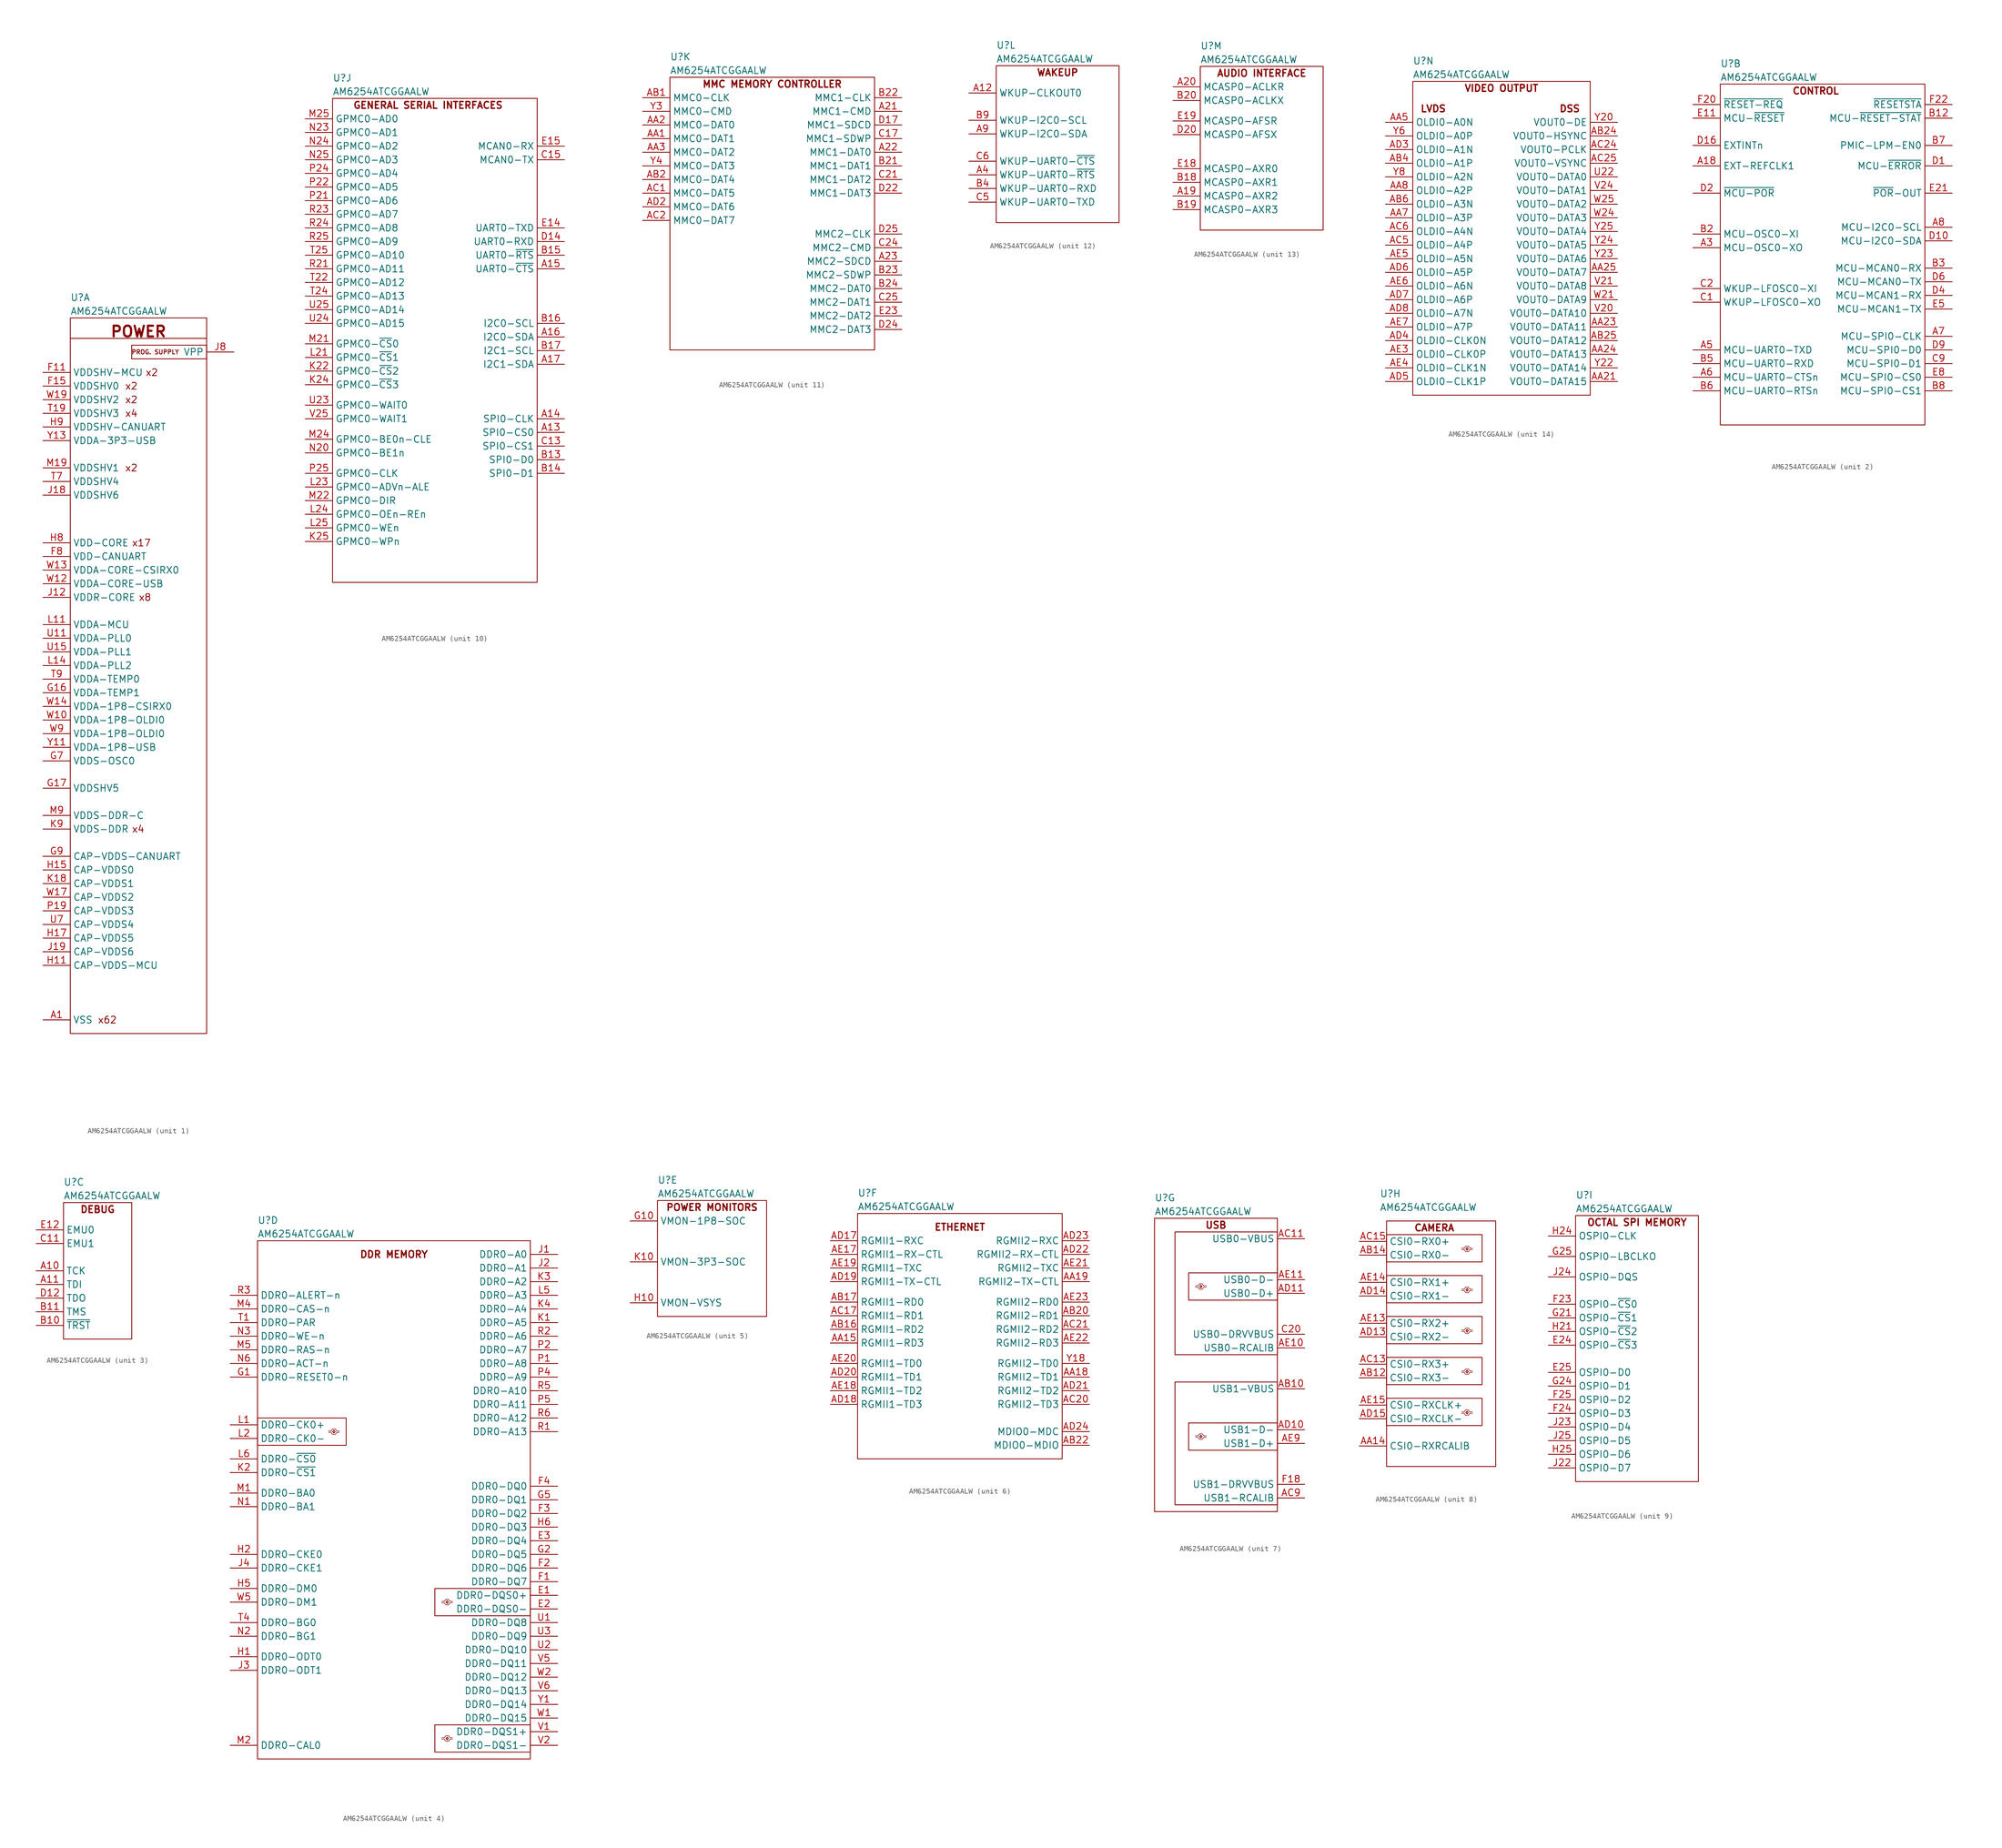
<source format=kicad_sym>
(kicad_symbol_lib
  (version 20220914)
  (generator kicad_symbol_editor)
  (symbol "AM6254ATCGGAALW"
    (property "Reference" "U"
      (at 0 3.81 0)
      (effects (font (size 1.27 1.27)) (justify left)))
    (property "Value" "AM6254ATCGGAALW"
      (at 0 1.27 0)
      (effects (font (size 1.27 1.27)) (justify left)))
    (property "ki_locked" ""
      (at 0 0 0)
      (effects (font (size 1.27 1.27))))
    (symbol "AM6254ATCGGAALW_1_1"
      (polyline (pts (xy 0 -3.81) (xy 25.4 -3.81)) (stroke (width 0) (type default)) (fill (type none)))
      (rectangle (start 0 0) (end 25.4 -133.35) (stroke (width 0) (type default)) (fill (type none)))
      (rectangle (start 11.43 -5.08) (end 25.4 -7.62) (stroke (width 0) (type default)) (fill (type none)))
      (text "POWER" (at 12.7 -2.54 0) (effects (font (size 2 2) bold)))
      (text "PROG. SUPPLY" (at 20.32 -6.35 0) (effects (font (size 0.8 0.8)) (justify right)))
      (text "x17" (at 11.43 -41.91 0) (effects (font (size 1.27 1.27)) (justify left)))
      (text "x2" (at 10.16 -27.94 0) (effects (font (size 1.27 1.27)) (justify left)))
      (text "x2" (at 10.16 -15.24 0) (effects (font (size 1.27 1.27)) (justify left)))
      (text "x2" (at 10.16 -12.7 0) (effects (font (size 1.27 1.27)) (justify left)))
      (text "x2" (at 13.97 -10.16 0) (effects (font (size 1.27 1.27)) (justify left)))
      (text "x4" (at 10.16 -17.78 0) (effects (font (size 1.27 1.27)) (justify left)))
      (text "x4" (at 11.43 -95.25 0) (effects (font (size 1.27 1.27)) (justify left)))
      (text "x62" (at 5.08 -130.81 0) (effects (font (size 1.27 1.27)) (justify left)))
      (text "x8" (at 12.7 -52.07 0) (effects (font (size 1.27 1.27)) (justify left)))
      (pin power_in line (at -5.08 -130.81 0) (length 5.08) (name "VSS" (effects (font (size 1.27 1.27)))) (number "A1" (effects (font (size 1.27 1.27)))))
      (pin no_connect line (at 11.43 35.56 0) (length 5.08) hide (name "RSVD1" (effects (font (size 1.27 1.27)))) (number "A2" (effects (font (size 1.27 1.27)))))
      (pin power_in line (at -5.08 -130.81 0) (length 5.08) hide (name "VSS" (effects (font (size 1.27 1.27)))) (number "A24" (effects (font (size 1.27 1.27)))))
      (pin power_in line (at -5.08 -130.81 0) (length 5.08) hide (name "VSS" (effects (font (size 1.27 1.27)))) (number "A25" (effects (font (size 1.27 1.27)))))
      (pin power_in line (at -5.08 -130.81 0) (length 5.08) hide (name "VSS" (effects (font (size 1.27 1.27)))) (number "AA11" (effects (font (size 1.27 1.27)))))
      (pin no_connect line (at 11.43 22.86 0) (length 5.08) hide (name "RSVD6" (effects (font (size 1.27 1.27)))) (number "AA12" (effects (font (size 1.27 1.27)))))
      (pin power_in line (at -5.08 -130.81 0) (length 5.08) hide (name "VSS" (effects (font (size 1.27 1.27)))) (number "AB9" (effects (font (size 1.27 1.27)))))
      (pin power_in line (at -5.08 -130.81 0) (length 5.08) hide (name "VSS" (effects (font (size 1.27 1.27)))) (number "AD1" (effects (font (size 1.27 1.27)))))
      (pin power_in line (at -5.08 -130.81 0) (length 5.08) hide (name "VSS" (effects (font (size 1.27 1.27)))) (number "AD12" (effects (font (size 1.27 1.27)))))
      (pin power_in line (at -5.08 -130.81 0) (length 5.08) hide (name "VSS" (effects (font (size 1.27 1.27)))) (number "AD16" (effects (font (size 1.27 1.27)))))
      (pin power_in line (at -5.08 -130.81 0) (length 5.08) hide (name "VSS" (effects (font (size 1.27 1.27)))) (number "AD25" (effects (font (size 1.27 1.27)))))
      (pin power_in line (at -5.08 -130.81 0) (length 5.08) hide (name "VSS" (effects (font (size 1.27 1.27)))) (number "AD9" (effects (font (size 1.27 1.27)))))
      (pin power_in line (at -5.08 -130.81 0) (length 5.08) hide (name "VSS" (effects (font (size 1.27 1.27)))) (number "AE1" (effects (font (size 1.27 1.27)))))
      (pin power_in line (at -5.08 -130.81 0) (length 5.08) hide (name "VSS" (effects (font (size 1.27 1.27)))) (number "AE12" (effects (font (size 1.27 1.27)))))
      (pin power_in line (at -5.08 -130.81 0) (length 5.08) hide (name "VSS" (effects (font (size 1.27 1.27)))) (number "AE16" (effects (font (size 1.27 1.27)))))
      (pin no_connect line (at 11.43 30.48 0) (length 5.08) hide (name "RSVD3" (effects (font (size 1.27 1.27)))) (number "AE2" (effects (font (size 1.27 1.27)))))
      (pin power_in line (at -5.08 -130.81 0) (length 5.08) hide (name "VSS" (effects (font (size 1.27 1.27)))) (number "AE24" (effects (font (size 1.27 1.27)))))
      (pin power_in line (at -5.08 -130.81 0) (length 5.08) hide (name "VSS" (effects (font (size 1.27 1.27)))) (number "AE25" (effects (font (size 1.27 1.27)))))
      (pin power_in line (at -5.08 -130.81 0) (length 5.08) hide (name "VSS" (effects (font (size 1.27 1.27)))) (number "AE8" (effects (font (size 1.27 1.27)))))
      (pin no_connect line (at 11.43 38.1 0) (length 5.08) hide (name "RSVD0" (effects (font (size 1.27 1.27)))) (number "B1" (effects (font (size 1.27 1.27)))))
      (pin power_in line (at -5.08 -130.81 0) (length 5.08) hide (name "VSS" (effects (font (size 1.27 1.27)))) (number "B25" (effects (font (size 1.27 1.27)))))
      (pin no_connect line (at 11.43 17.78 0) (length 5.08) hide (name "RSVD8" (effects (font (size 1.27 1.27)))) (number "E7" (effects (font (size 1.27 1.27)))))
      (pin power_in line (at -5.08 -10.16 0) (length 5.08) (name "VDDSHV-MCU" (effects (font (size 1.27 1.27)))) (number "F11" (effects (font (size 1.27 1.27)))))
      (pin power_in line (at -5.08 -130.81 0) (length 5.08) hide (name "VSS" (effects (font (size 1.27 1.27)))) (number "F13" (effects (font (size 1.27 1.27)))))
      (pin power_in line (at -5.08 -12.7 0) (length 5.08) (name "VDDSHV0" (effects (font (size 1.27 1.27)))) (number "F15" (effects (font (size 1.27 1.27)))))
      (pin no_connect line (at 11.43 33.02 0) (length 5.08) hide (name "RSVD2" (effects (font (size 1.27 1.27)))) (number "F6" (effects (font (size 1.27 1.27)))))
      (pin power_in line (at -5.08 -44.45 0) (length 5.08) (name "VDD-CANUART" (effects (font (size 1.27 1.27)))) (number "F8" (effects (font (size 1.27 1.27)))))
      (pin power_in line (at -5.08 -10.16 0) (length 5.08) hide (name "VDDSHV-MCU" (effects (font (size 1.27 1.27)))) (number "G12" (effects (font (size 1.27 1.27)))))
      (pin power_in line (at -5.08 -130.81 0) (length 5.08) hide (name "VSS" (effects (font (size 1.27 1.27)))) (number "G13" (effects (font (size 1.27 1.27)))))
      (pin power_in line (at -5.08 -12.7 0) (length 5.08) hide (name "VDDSHV0" (effects (font (size 1.27 1.27)))) (number "G14" (effects (font (size 1.27 1.27)))))
      (pin power_in line (at -5.08 -69.85 0) (length 5.08) (name "VDDA-TEMP1" (effects (font (size 1.27 1.27)))) (number "G16" (effects (font (size 1.27 1.27)))))
      (pin power_in line (at -5.08 -87.63 0) (length 5.08) (name "VDDSHV5" (effects (font (size 1.27 1.27)))) (number "G17" (effects (font (size 1.27 1.27)))))
      (pin power_in line (at -5.08 -130.81 0) (length 5.08) hide (name "VSS" (effects (font (size 1.27 1.27)))) (number "G19" (effects (font (size 1.27 1.27)))))
      (pin power_in line (at -5.08 -82.55 0) (length 5.08) (name "VDDS-OSC0" (effects (font (size 1.27 1.27)))) (number "G7" (effects (font (size 1.27 1.27)))))
      (pin power_in line (at -5.08 -100.33 0) (length 5.08) (name "CAP-VDDS-CANUART" (effects (font (size 1.27 1.27)))) (number "G9" (effects (font (size 1.27 1.27)))))
      (pin power_in line (at -5.08 -120.65 0) (length 5.08) (name "CAP-VDDS-MCU" (effects (font (size 1.27 1.27)))) (number "H11" (effects (font (size 1.27 1.27)))))
      (pin power_in line (at -5.08 -130.81 0) (length 5.08) hide (name "VSS" (effects (font (size 1.27 1.27)))) (number "H13" (effects (font (size 1.27 1.27)))))
      (pin power_in line (at -5.08 -102.87 0) (length 5.08) (name "CAP-VDDS0" (effects (font (size 1.27 1.27)))) (number "H15" (effects (font (size 1.27 1.27)))))
      (pin power_in line (at -5.08 -130.81 0) (length 5.08) hide (name "VSS" (effects (font (size 1.27 1.27)))) (number "H16" (effects (font (size 1.27 1.27)))))
      (pin power_in line (at -5.08 -115.57 0) (length 5.08) (name "CAP-VDDS5" (effects (font (size 1.27 1.27)))) (number "H17" (effects (font (size 1.27 1.27)))))
      (pin power_in line (at -5.08 -130.81 0) (length 5.08) hide (name "VSS" (effects (font (size 1.27 1.27)))) (number "H18" (effects (font (size 1.27 1.27)))))
      (pin power_in line (at -5.08 -130.81 0) (length 5.08) hide (name "VSS" (effects (font (size 1.27 1.27)))) (number "H20" (effects (font (size 1.27 1.27)))))
      (pin power_in line (at -5.08 -41.91 0) (length 5.08) (name "VDD-CORE" (effects (font (size 1.27 1.27)))) (number "H8" (effects (font (size 1.27 1.27)))))
      (pin power_in line (at -5.08 -20.32 0) (length 5.08) (name "VDDSHV-CANUART" (effects (font (size 1.27 1.27)))) (number "H9" (effects (font (size 1.27 1.27)))))
      (pin power_in line (at -5.08 -41.91 0) (length 5.08) hide (name "VDD-CORE" (effects (font (size 1.27 1.27)))) (number "J11" (effects (font (size 1.27 1.27)))))
      (pin power_in line (at -5.08 -52.07 0) (length 5.08) (name "VDDR-CORE" (effects (font (size 1.27 1.27)))) (number "J12" (effects (font (size 1.27 1.27)))))
      (pin power_in line (at -5.08 -130.81 0) (length 5.08) hide (name "VSS" (effects (font (size 1.27 1.27)))) (number "J13" (effects (font (size 1.27 1.27)))))
      (pin power_in line (at -5.08 -41.91 0) (length 5.08) hide (name "VDD-CORE" (effects (font (size 1.27 1.27)))) (number "J14" (effects (font (size 1.27 1.27)))))
      (pin power_in line (at -5.08 -33.02 0) (length 5.08) (name "VDDSHV6" (effects (font (size 1.27 1.27)))) (number "J18" (effects (font (size 1.27 1.27)))))
      (pin power_in line (at -5.08 -118.11 0) (length 5.08) (name "CAP-VDDS6" (effects (font (size 1.27 1.27)))) (number "J19" (effects (font (size 1.27 1.27)))))
      (pin power_in line (at -5.08 -130.81 0) (length 5.08) hide (name "VSS" (effects (font (size 1.27 1.27)))) (number "J7" (effects (font (size 1.27 1.27)))))
      (pin power_in line (at 30.48 -6.35 180) (length 5.08) (name "VPP" (effects (font (size 1.27 1.27)))) (number "J8" (effects (font (size 1.27 1.27)))))
      (pin power_in line (at -5.08 -130.81 0) (length 5.08) hide (name "VSS" (effects (font (size 1.27 1.27)))) (number "K13" (effects (font (size 1.27 1.27)))))
      (pin power_in line (at -5.08 -130.81 0) (length 5.08) hide (name "VSS" (effects (font (size 1.27 1.27)))) (number "K15" (effects (font (size 1.27 1.27)))))
      (pin power_in line (at -5.08 -52.07 0) (length 5.08) hide (name "VDDR-CORE" (effects (font (size 1.27 1.27)))) (number "K16" (effects (font (size 1.27 1.27)))))
      (pin power_in line (at -5.08 -41.91 0) (length 5.08) hide (name "VDD-CORE" (effects (font (size 1.27 1.27)))) (number "K17" (effects (font (size 1.27 1.27)))))
      (pin power_in line (at -5.08 -105.41 0) (length 5.08) (name "CAP-VDDS1" (effects (font (size 1.27 1.27)))) (number "K18" (effects (font (size 1.27 1.27)))))
      (pin power_in line (at -5.08 -130.81 0) (length 5.08) hide (name "VSS" (effects (font (size 1.27 1.27)))) (number "K19" (effects (font (size 1.27 1.27)))))
      (pin power_in line (at -5.08 -130.81 0) (length 5.08) hide (name "VSS" (effects (font (size 1.27 1.27)))) (number "K7" (effects (font (size 1.27 1.27)))))
      (pin power_in line (at -5.08 -95.25 0) (length 5.08) (name "VDDS-DDR" (effects (font (size 1.27 1.27)))) (number "K9" (effects (font (size 1.27 1.27)))))
      (pin power_in line (at -5.08 -57.15 0) (length 5.08) (name "VDDA-MCU" (effects (font (size 1.27 1.27)))) (number "L11" (effects (font (size 1.27 1.27)))))
      (pin power_in line (at -5.08 -41.91 0) (length 5.08) hide (name "VDD-CORE" (effects (font (size 1.27 1.27)))) (number "L12" (effects (font (size 1.27 1.27)))))
      (pin power_in line (at -5.08 -64.77 0) (length 5.08) (name "VDDA-PLL2" (effects (font (size 1.27 1.27)))) (number "L14" (effects (font (size 1.27 1.27)))))
      (pin power_in line (at -5.08 -41.91 0) (length 5.08) hide (name "VDD-CORE" (effects (font (size 1.27 1.27)))) (number "L15" (effects (font (size 1.27 1.27)))))
      (pin power_in line (at -5.08 -27.94 0) (length 5.08) hide (name "VDDSHV1" (effects (font (size 1.27 1.27)))) (number "L18" (effects (font (size 1.27 1.27)))))
      (pin power_in line (at -5.08 -130.81 0) (length 5.08) hide (name "VSS" (effects (font (size 1.27 1.27)))) (number "L20" (effects (font (size 1.27 1.27)))))
      (pin power_in line (at -5.08 -95.25 0) (length 5.08) hide (name "VDDS-DDR" (effects (font (size 1.27 1.27)))) (number "L8" (effects (font (size 1.27 1.27)))))
      (pin power_in line (at -5.08 -130.81 0) (length 5.08) hide (name "VSS" (effects (font (size 1.27 1.27)))) (number "M10" (effects (font (size 1.27 1.27)))))
      (pin power_in line (at -5.08 -130.81 0) (length 5.08) hide (name "VSS" (effects (font (size 1.27 1.27)))) (number "M12" (effects (font (size 1.27 1.27)))))
      (pin power_in line (at -5.08 -130.81 0) (length 5.08) hide (name "VSS" (effects (font (size 1.27 1.27)))) (number "M13" (effects (font (size 1.27 1.27)))))
      (pin power_in line (at -5.08 -41.91 0) (length 5.08) hide (name "VDD-CORE" (effects (font (size 1.27 1.27)))) (number "M16" (effects (font (size 1.27 1.27)))))
      (pin power_in line (at -5.08 -130.81 0) (length 5.08) hide (name "VSS" (effects (font (size 1.27 1.27)))) (number "M17" (effects (font (size 1.27 1.27)))))
      (pin power_in line (at -5.08 -130.81 0) (length 5.08) hide (name "VSS" (effects (font (size 1.27 1.27)))) (number "M18" (effects (font (size 1.27 1.27)))))
      (pin power_in line (at -5.08 -27.94 0) (length 5.08) (name "VDDSHV1" (effects (font (size 1.27 1.27)))) (number "M19" (effects (font (size 1.27 1.27)))))
      (pin power_in line (at -5.08 -130.81 0) (length 5.08) hide (name "VSS" (effects (font (size 1.27 1.27)))) (number "M7" (effects (font (size 1.27 1.27)))))
      (pin power_in line (at -5.08 -130.81 0) (length 5.08) hide (name "VSS" (effects (font (size 1.27 1.27)))) (number "M8" (effects (font (size 1.27 1.27)))))
      (pin power_in line (at -5.08 -92.71 0) (length 5.08) (name "VDDS-DDR-C" (effects (font (size 1.27 1.27)))) (number "M9" (effects (font (size 1.27 1.27)))))
      (pin power_in line (at -5.08 -41.91 0) (length 5.08) hide (name "VDD-CORE" (effects (font (size 1.27 1.27)))) (number "N11" (effects (font (size 1.27 1.27)))))
      (pin power_in line (at -5.08 -52.07 0) (length 5.08) hide (name "VDDR-CORE" (effects (font (size 1.27 1.27)))) (number "N12" (effects (font (size 1.27 1.27)))))
      (pin power_in line (at -5.08 -41.91 0) (length 5.08) hide (name "VDD-CORE" (effects (font (size 1.27 1.27)))) (number "N13" (effects (font (size 1.27 1.27)))))
      (pin power_in line (at -5.08 -52.07 0) (length 5.08) hide (name "VDDR-CORE" (effects (font (size 1.27 1.27)))) (number "N14" (effects (font (size 1.27 1.27)))))
      (pin power_in line (at -5.08 -130.81 0) (length 5.08) hide (name "VSS" (effects (font (size 1.27 1.27)))) (number "N15" (effects (font (size 1.27 1.27)))))
      (pin power_in line (at -5.08 -17.78 0) (length 5.08) hide (name "VDDSHV3" (effects (font (size 1.27 1.27)))) (number "N18" (effects (font (size 1.27 1.27)))))
      (pin power_in line (at -5.08 -41.91 0) (length 5.08) hide (name "VDD-CORE" (effects (font (size 1.27 1.27)))) (number "N8" (effects (font (size 1.27 1.27)))))
      (pin power_in line (at -5.08 -130.81 0) (length 5.08) hide (name "VSS" (effects (font (size 1.27 1.27)))) (number "P10" (effects (font (size 1.27 1.27)))))
      (pin power_in line (at -5.08 -130.81 0) (length 5.08) hide (name "VSS" (effects (font (size 1.27 1.27)))) (number "P13" (effects (font (size 1.27 1.27)))))
      (pin power_in line (at -5.08 -52.07 0) (length 5.08) hide (name "VDDR-CORE" (effects (font (size 1.27 1.27)))) (number "P16" (effects (font (size 1.27 1.27)))))
      (pin power_in line (at -5.08 -41.91 0) (length 5.08) hide (name "VDD-CORE" (effects (font (size 1.27 1.27)))) (number "P17" (effects (font (size 1.27 1.27)))))
      (pin power_in line (at -5.08 -17.78 0) (length 5.08) hide (name "VDDSHV3" (effects (font (size 1.27 1.27)))) (number "P18" (effects (font (size 1.27 1.27)))))
      (pin power_in line (at -5.08 -110.49 0) (length 5.08) (name "CAP-VDDS3" (effects (font (size 1.27 1.27)))) (number "P19" (effects (font (size 1.27 1.27)))))
      (pin power_in line (at -5.08 -130.81 0) (length 5.08) hide (name "VSS" (effects (font (size 1.27 1.27)))) (number "P7" (effects (font (size 1.27 1.27)))))
      (pin power_in line (at -5.08 -95.25 0) (length 5.08) hide (name "VDDS-DDR" (effects (font (size 1.27 1.27)))) (number "P9" (effects (font (size 1.27 1.27)))))
      (pin power_in line (at -5.08 -41.91 0) (length 5.08) hide (name "VDD-CORE" (effects (font (size 1.27 1.27)))) (number "R11" (effects (font (size 1.27 1.27)))))
      (pin power_in line (at -5.08 -52.07 0) (length 5.08) hide (name "VDDR-CORE" (effects (font (size 1.27 1.27)))) (number "R12" (effects (font (size 1.27 1.27)))))
      (pin power_in line (at -5.08 -130.81 0) (length 5.08) hide (name "VSS" (effects (font (size 1.27 1.27)))) (number "R13" (effects (font (size 1.27 1.27)))))
      (pin power_in line (at -5.08 -41.91 0) (length 5.08) hide (name "VDD-CORE" (effects (font (size 1.27 1.27)))) (number "R14" (effects (font (size 1.27 1.27)))))
      (pin power_in line (at -5.08 -130.81 0) (length 5.08) hide (name "VSS" (effects (font (size 1.27 1.27)))) (number "R15" (effects (font (size 1.27 1.27)))))
      (pin power_in line (at -5.08 -130.81 0) (length 5.08) hide (name "VSS" (effects (font (size 1.27 1.27)))) (number "R18" (effects (font (size 1.27 1.27)))))
      (pin power_in line (at -5.08 -130.81 0) (length 5.08) hide (name "VSS" (effects (font (size 1.27 1.27)))) (number "R20" (effects (font (size 1.27 1.27)))))
      (pin power_in line (at -5.08 -95.25 0) (length 5.08) hide (name "VDDS-DDR" (effects (font (size 1.27 1.27)))) (number "R8" (effects (font (size 1.27 1.27)))))
      (pin power_in line (at -5.08 -52.07 0) (length 5.08) hide (name "VDDR-CORE" (effects (font (size 1.27 1.27)))) (number "T10" (effects (font (size 1.27 1.27)))))
      (pin power_in line (at -5.08 -130.81 0) (length 5.08) hide (name "VSS" (effects (font (size 1.27 1.27)))) (number "T13" (effects (font (size 1.27 1.27)))))
      (pin power_in line (at -5.08 -130.81 0) (length 5.08) hide (name "VSS" (effects (font (size 1.27 1.27)))) (number "T14" (effects (font (size 1.27 1.27)))))
      (pin power_in line (at -5.08 -130.81 0) (length 5.08) hide (name "VSS" (effects (font (size 1.27 1.27)))) (number "T16" (effects (font (size 1.27 1.27)))))
      (pin power_in line (at -5.08 -130.81 0) (length 5.08) hide (name "VSS" (effects (font (size 1.27 1.27)))) (number "T17" (effects (font (size 1.27 1.27)))))
      (pin power_in line (at -5.08 -130.81 0) (length 5.08) hide (name "VSS" (effects (font (size 1.27 1.27)))) (number "T18" (effects (font (size 1.27 1.27)))))
      (pin power_in line (at -5.08 -17.78 0) (length 5.08) (name "VDDSHV3" (effects (font (size 1.27 1.27)))) (number "T19" (effects (font (size 1.27 1.27)))))
      (pin no_connect line (at 11.43 27.94 0) (length 5.08) hide (name "RSVD4" (effects (font (size 1.27 1.27)))) (number "T2" (effects (font (size 1.27 1.27)))))
      (pin power_in line (at -5.08 -30.48 0) (length 5.08) (name "VDDSHV4" (effects (font (size 1.27 1.27)))) (number "T7" (effects (font (size 1.27 1.27)))))
      (pin power_in line (at -5.08 -130.81 0) (length 5.08) hide (name "VSS" (effects (font (size 1.27 1.27)))) (number "T8" (effects (font (size 1.27 1.27)))))
      (pin power_in line (at -5.08 -67.31 0) (length 5.08) (name "VDDA-TEMP0" (effects (font (size 1.27 1.27)))) (number "T9" (effects (font (size 1.27 1.27)))))
      (pin power_in line (at -5.08 -59.69 0) (length 5.08) (name "VDDA-PLL0" (effects (font (size 1.27 1.27)))) (number "U11" (effects (font (size 1.27 1.27)))))
      (pin power_in line (at -5.08 -41.91 0) (length 5.08) hide (name "VDD-CORE" (effects (font (size 1.27 1.27)))) (number "U12" (effects (font (size 1.27 1.27)))))
      (pin power_in line (at -5.08 -52.07 0) (length 5.08) hide (name "VDDR-CORE" (effects (font (size 1.27 1.27)))) (number "U14" (effects (font (size 1.27 1.27)))))
      (pin power_in line (at -5.08 -62.23 0) (length 5.08) (name "VDDA-PLL1" (effects (font (size 1.27 1.27)))) (number "U15" (effects (font (size 1.27 1.27)))))
      (pin power_in line (at -5.08 -17.78 0) (length 5.08) hide (name "VDDSHV3" (effects (font (size 1.27 1.27)))) (number "U18" (effects (font (size 1.27 1.27)))))
      (pin power_in line (at -5.08 -130.81 0) (length 5.08) hide (name "VSS" (effects (font (size 1.27 1.27)))) (number "U19" (effects (font (size 1.27 1.27)))))
      (pin no_connect line (at 11.43 25.4 0) (length 5.08) hide (name "RSVD5" (effects (font (size 1.27 1.27)))) (number "U4" (effects (font (size 1.27 1.27)))))
      (pin power_in line (at -5.08 -113.03 0) (length 5.08) (name "CAP-VDDS4" (effects (font (size 1.27 1.27)))) (number "U7" (effects (font (size 1.27 1.27)))))
      (pin power_in line (at -5.08 -130.81 0) (length 5.08) hide (name "VSS" (effects (font (size 1.27 1.27)))) (number "U8" (effects (font (size 1.27 1.27)))))
      (pin power_in line (at -5.08 -130.81 0) (length 5.08) hide (name "VSS" (effects (font (size 1.27 1.27)))) (number "V10" (effects (font (size 1.27 1.27)))))
      (pin power_in line (at -5.08 -130.81 0) (length 5.08) hide (name "VSS" (effects (font (size 1.27 1.27)))) (number "V11" (effects (font (size 1.27 1.27)))))
      (pin power_in line (at -5.08 -130.81 0) (length 5.08) hide (name "VSS" (effects (font (size 1.27 1.27)))) (number "V13" (effects (font (size 1.27 1.27)))))
      (pin power_in line (at -5.08 -41.91 0) (length 5.08) hide (name "VDD-CORE" (effects (font (size 1.27 1.27)))) (number "V15" (effects (font (size 1.27 1.27)))))
      (pin power_in line (at -5.08 -130.81 0) (length 5.08) hide (name "VSS" (effects (font (size 1.27 1.27)))) (number "V16" (effects (font (size 1.27 1.27)))))
      (pin power_in line (at -5.08 -41.91 0) (length 5.08) hide (name "VDD-CORE" (effects (font (size 1.27 1.27)))) (number "V17" (effects (font (size 1.27 1.27)))))
      (pin power_in line (at -5.08 -130.81 0) (length 5.08) hide (name "VSS" (effects (font (size 1.27 1.27)))) (number "V18" (effects (font (size 1.27 1.27)))))
      (pin power_in line (at -5.08 -41.91 0) (length 5.08) hide (name "VDD-CORE" (effects (font (size 1.27 1.27)))) (number "V8" (effects (font (size 1.27 1.27)))))
      (pin power_in line (at -5.08 -130.81 0) (length 5.08) hide (name "VSS" (effects (font (size 1.27 1.27)))) (number "V9" (effects (font (size 1.27 1.27)))))
      (pin power_in line (at -5.08 -74.93 0) (length 5.08) (name "VDDA-1P8-OLDI0" (effects (font (size 1.27 1.27)))) (number "W10" (effects (font (size 1.27 1.27)))))
      (pin power_in line (at -5.08 -49.53 0) (length 5.08) (name "VDDA-CORE-USB" (effects (font (size 1.27 1.27)))) (number "W12" (effects (font (size 1.27 1.27)))))
      (pin power_in line (at -5.08 -46.99 0) (length 5.08) (name "VDDA-CORE-CSIRX0" (effects (font (size 1.27 1.27)))) (number "W13" (effects (font (size 1.27 1.27)))))
      (pin power_in line (at -5.08 -72.39 0) (length 5.08) (name "VDDA-1P8-CSIRX0" (effects (font (size 1.27 1.27)))) (number "W14" (effects (font (size 1.27 1.27)))))
      (pin power_in line (at -5.08 -15.24 0) (length 5.08) hide (name "VDDSHV2" (effects (font (size 1.27 1.27)))) (number "W16" (effects (font (size 1.27 1.27)))))
      (pin power_in line (at -5.08 -107.95 0) (length 5.08) (name "CAP-VDDS2" (effects (font (size 1.27 1.27)))) (number "W17" (effects (font (size 1.27 1.27)))))
      (pin power_in line (at -5.08 -15.24 0) (length 5.08) (name "VDDSHV2" (effects (font (size 1.27 1.27)))) (number "W19" (effects (font (size 1.27 1.27)))))
      (pin power_in line (at -5.08 -130.81 0) (length 5.08) hide (name "VSS" (effects (font (size 1.27 1.27)))) (number "W7" (effects (font (size 1.27 1.27)))))
      (pin power_in line (at -5.08 -77.47 0) (length 5.08) (name "VDDA-1P8-OLDI0" (effects (font (size 1.27 1.27)))) (number "W9" (effects (font (size 1.27 1.27)))))
      (pin power_in line (at -5.08 -80.01 0) (length 5.08) (name "VDDA-1P8-USB" (effects (font (size 1.27 1.27)))) (number "Y11" (effects (font (size 1.27 1.27)))))
      (pin power_in line (at -5.08 -22.86 0) (length 5.08) (name "VDDA-3P3-USB" (effects (font (size 1.27 1.27)))) (number "Y13" (effects (font (size 1.27 1.27)))))
      (pin no_connect line (at 11.43 20.32 0) (length 5.08) hide (name "RSVD7" (effects (font (size 1.27 1.27)))) (number "Y15" (effects (font (size 1.27 1.27)))))
      (pin power_in line (at -5.08 -130.81 0) (length 5.08) hide (name "VSS" (effects (font (size 1.27 1.27)))) (number "Y2" (effects (font (size 1.27 1.27))))))
    (symbol "AM6254ATCGGAALW_2_1"
      (rectangle (start 0 0) (end 38.1 -63.5) (stroke (width 0) (type default)) (fill (type none)))
      (text "CONTROL" (at 17.78 -1.27 0) (effects (font (size 1.27 1.27) bold)))
      (pin input line (at -5.08 -15.24 0) (length 5.08) (name "EXT-REFCLK1" (effects (font (size 1.27 1.27)))) (number "A18" (effects (font (size 1.27 1.27)))) (alternate "CLKOUT0" output line) (alternate "CP-GEMAC-CPTS0-RFT-CLK" input line) (alternate "ECAP0-IN-APWM-OUT" bidirectional line) (alternate "GPIO1-30" bidirectional line) (alternate "SPI2-CS3" bidirectional line) (alternate "SYNC1-OUT" output line) (alternate "SYSCLKOUT0" output line) (alternate "TIMER-IO4" bidirectional line))
      (pin output line (at -5.08 -30.48 0) (length 5.08) (name "MCU-OSC0-XO" (effects (font (size 1.27 1.27)))) (number "A3" (effects (font (size 1.27 1.27)))))
      (pin bidirectional line (at -5.08 -49.53 0) (length 5.08) (name "MCU-UART0-TXD" (effects (font (size 1.27 1.27)))) (number "A5" (effects (font (size 1.27 1.27)))) (alternate "MCU-GPIO0-6" bidirectional line))
      (pin bidirectional line (at -5.08 -54.61 0) (length 5.08) (name "MCU-UART0-CTSn" (effects (font (size 1.27 1.27)))) (number "A6" (effects (font (size 1.27 1.27)))) (alternate "MCU-GPIO0-7" bidirectional line) (alternate "MCU-SPI1-D0" bidirectional line) (alternate "MCU-TIMER-IO0" bidirectional line))
      (pin bidirectional line (at 43.18 -46.99 180) (length 5.08) (name "MCU-SPI0-CLK" (effects (font (size 1.27 1.27)))) (number "A7" (effects (font (size 1.27 1.27)))) (alternate "MCU-GPIO0-2" bidirectional line))
      (pin bidirectional line (at 43.18 -26.67 180) (length 5.08) (name "MCU-I2C0-SCL" (effects (font (size 1.27 1.27)))) (number "A8" (effects (font (size 1.27 1.27)))) (alternate "MCU-GPIO0-17" bidirectional line))
      (pin output line (at 43.18 -6.35 180) (length 5.08) (name "MCU-~{RESET-STAT}" (effects (font (size 1.27 1.27)))) (number "B12" (effects (font (size 1.27 1.27)))))
      (pin input line (at -5.08 -27.94 0) (length 5.08) (name "MCU-OSC0-XI" (effects (font (size 1.27 1.27)))) (number "B2" (effects (font (size 1.27 1.27)))))
      (pin input line (at 43.18 -34.29 180) (length 5.08) (name "MCU-MCAN0-RX" (effects (font (size 1.27 1.27)))) (number "B3" (effects (font (size 1.27 1.27)))) (alternate "MCU-GPIO0-14" bidirectional line) (alternate "MCU-SPI1-CS3" bidirectional line) (alternate "MCU-TIMER-IO0" bidirectional line))
      (pin input line (at -5.08 -52.07 0) (length 5.08) (name "MCU-UART0-RXD" (effects (font (size 1.27 1.27)))) (number "B5" (effects (font (size 1.27 1.27)))) (alternate "MCU-GPIO0-5" bidirectional line))
      (pin output line (at -5.08 -57.15 0) (length 5.08) (name "MCU-UART0-RTSn" (effects (font (size 1.27 1.27)))) (number "B6" (effects (font (size 1.27 1.27)))) (alternate "MCU-GPIO0-8" bidirectional line) (alternate "MCU-SPI1-D1" bidirectional line) (alternate "MCU-TIMER-IO1" bidirectional line))
      (pin output line (at 43.18 -11.43 180) (length 5.08) (name "PMIC-LPM-EN0" (effects (font (size 1.27 1.27)))) (number "B7" (effects (font (size 1.27 1.27)))) (alternate "MCU-GPIO0-22" bidirectional line))
      (pin bidirectional line (at 43.18 -57.15 180) (length 5.08) (name "MCU-SPI0-CS1" (effects (font (size 1.27 1.27)))) (number "B8" (effects (font (size 1.27 1.27)))) (alternate "MCU-EXT-REFCLK0" input line) (alternate "MCU-GPIO0-1" bidirectional line) (alternate "MCU-OBSCLK0" output line) (alternate "MCU-SYSCLKOUT0" output line) (alternate "MCU-TIMER-IO1" bidirectional line))
      (pin output line (at -5.08 -40.64 0) (length 5.08) (name "WKUP-LFOSC0-XO" (effects (font (size 1.27 1.27)))) (number "C1" (effects (font (size 1.27 1.27)))))
      (pin input line (at -5.08 -38.1 0) (length 5.08) (name "WKUP-LFOSC0-XI" (effects (font (size 1.27 1.27)))) (number "C2" (effects (font (size 1.27 1.27)))))
      (pin bidirectional line (at 43.18 -52.07 180) (length 5.08) (name "MCU-SPI0-D1" (effects (font (size 1.27 1.27)))) (number "C9" (effects (font (size 1.27 1.27)))) (alternate "MCU-GPIO0-4" bidirectional line))
      (pin bidirectional line (at 43.18 -15.24 180) (length 5.08) (name "MCU-~{ERROR}" (effects (font (size 1.27 1.27)))) (number "D1" (effects (font (size 1.27 1.27)))))
      (pin bidirectional line (at 43.18 -29.21 180) (length 5.08) (name "MCU-I2C0-SDA" (effects (font (size 1.27 1.27)))) (number "D10" (effects (font (size 1.27 1.27)))) (alternate "MCU-GPIO0-18" bidirectional line))
      (pin input line (at -5.08 -11.43 0) (length 5.08) (name "EXTINTn" (effects (font (size 1.27 1.27)))) (number "D16" (effects (font (size 1.27 1.27)))) (alternate "GPIO1-31" bidirectional line))
      (pin input line (at -5.08 -20.32 0) (length 5.08) (name "~{MCU-POR}" (effects (font (size 1.27 1.27)))) (number "D2" (effects (font (size 1.27 1.27)))))
      (pin input line (at 43.18 -39.37 180) (length 5.08) (name "MCU-MCAN1-RX" (effects (font (size 1.27 1.27)))) (number "D4" (effects (font (size 1.27 1.27)))) (alternate "MCU-GPIO0-16" bidirectional line) (alternate "MCU-SPI0-CS2" bidirectional line) (alternate "MCU-SPI1-CLK" bidirectional line) (alternate "MCU-SPI1-CS2" bidirectional line) (alternate "MCU-TIMER-IO3" bidirectional line))
      (pin output line (at 43.18 -36.83 180) (length 5.08) (name "MCU-MCAN0-TX" (effects (font (size 1.27 1.27)))) (number "D6" (effects (font (size 1.27 1.27)))) (alternate "MCU-GPIO0-13" bidirectional line) (alternate "MCU-SPI0-CS3" bidirectional line) (alternate "WKUP-TIMER-IO0" bidirectional line))
      (pin bidirectional line (at 43.18 -49.53 180) (length 5.08) (name "MCU-SPI0-D0" (effects (font (size 1.27 1.27)))) (number "D9" (effects (font (size 1.27 1.27)))) (alternate "MCU-GPIO0-3" bidirectional line))
      (pin input line (at -5.08 -6.35 0) (length 5.08) (name "MCU-~{RESET}" (effects (font (size 1.27 1.27)))) (number "E11" (effects (font (size 1.27 1.27)))))
      (pin output line (at 43.18 -20.32 180) (length 5.08) (name "~{POR}-OUT" (effects (font (size 1.27 1.27)))) (number "E21" (effects (font (size 1.27 1.27)))))
      (pin output line (at 43.18 -41.91 180) (length 5.08) (name "MCU-MCAN1-TX" (effects (font (size 1.27 1.27)))) (number "E5" (effects (font (size 1.27 1.27)))) (alternate "MCU-EXT-REFCLK0" input line) (alternate "MCU-GPIO0-15" bidirectional line) (alternate "MCU-SPI1-CS1" bidirectional line) (alternate "MCU-TIMER-IO2" bidirectional line))
      (pin bidirectional line (at 43.18 -54.61 180) (length 5.08) (name "MCU-SPI0-CS0" (effects (font (size 1.27 1.27)))) (number "E8" (effects (font (size 1.27 1.27)))) (alternate "MCU-GPIO0-0" bidirectional line) (alternate "WKUP-TIMER-IO1" bidirectional line))
      (pin input line (at -5.08 -3.81 0) (length 5.08) (name "~{RESET-REQ}" (effects (font (size 1.27 1.27)))) (number "F20" (effects (font (size 1.27 1.27)))))
      (pin output line (at 43.18 -3.81 180) (length 5.08) (name "~{RESETSTA}" (effects (font (size 1.27 1.27)))) (number "F22" (effects (font (size 1.27 1.27))))))
    (symbol "AM6254ATCGGAALW_3_1"
      (rectangle (start 0 0) (end 12.7 -25.4) (stroke (width 0) (type default)) (fill (type none)))
      (text "DEBUG" (at 6.35 -1.27 0) (effects (font (size 1.27 1.27) bold)))
      (pin input line (at -5.08 -12.7 0) (length 5.08) (name "TCK" (effects (font (size 1.27 1.27)))) (number "A10" (effects (font (size 1.27 1.27)))))
      (pin input line (at -5.08 -15.24 0) (length 5.08) (name "TDI" (effects (font (size 1.27 1.27)))) (number "A11" (effects (font (size 1.27 1.27)))))
      (pin input line (at -5.08 -22.86 0) (length 5.08) (name "~{TRST}" (effects (font (size 1.27 1.27)))) (number "B10" (effects (font (size 1.27 1.27)))))
      (pin input line (at -5.08 -20.32 0) (length 5.08) (name "TMS" (effects (font (size 1.27 1.27)))) (number "B11" (effects (font (size 1.27 1.27)))))
      (pin bidirectional line (at -5.08 -7.62 0) (length 5.08) (name "EMU1" (effects (font (size 1.27 1.27)))) (number "C11" (effects (font (size 1.27 1.27)))))
      (pin output line (at -5.08 -17.78 0) (length 5.08) (name "TDO" (effects (font (size 1.27 1.27)))) (number "D12" (effects (font (size 1.27 1.27)))))
      (pin bidirectional line (at -5.08 -5.08 0) (length 5.08) (name "EMU0" (effects (font (size 1.27 1.27)))) (number "E12" (effects (font (size 1.27 1.27))))))
    (symbol "AM6254ATCGGAALW_4_1"
      (rectangle (start 0 -38.1) (end 16.51 -33.02) (stroke (width 0) (type default)) (fill (type none)))
      (polyline (pts (xy 14.224 -35.306) (xy 14.021 -35.56) (xy 14.224 -35.814) (xy 14.427 -35.56) (xy 14.224 -35.306)) (stroke (width 0) (type default)) (fill (type none)))
      (polyline (pts (xy 35.306 -92.456) (xy 35.509 -92.71) (xy 35.306 -92.964) (xy 35.103 -92.71) (xy 35.306 -92.456)) (stroke (width 0) (type default)) (fill (type none)))
      (polyline (pts (xy 35.306 -67.056) (xy 35.509 -67.31) (xy 35.306 -67.564) (xy 35.103 -67.31) (xy 35.306 -67.056)) (stroke (width 0) (type default)) (fill (type none)))
      (polyline (pts (xy 13.208 -35.687) (xy 13.691 -35.687) (xy 13.97 -36.068) (xy 14.478 -36.068) (xy 14.757 -35.687) (xy 15.24 -35.687)) (stroke (width 0.1) (type default)) (fill (type none)))
      (polyline (pts (xy 15.24 -35.433) (xy 14.757 -35.433) (xy 14.478 -35.052) (xy 13.97 -35.052) (xy 13.691 -35.433) (xy 13.208 -35.433)) (stroke (width 0.1) (type default)) (fill (type none)))
      (polyline (pts (xy 34.29 -92.583) (xy 34.773 -92.583) (xy 35.052 -92.202) (xy 35.56 -92.202) (xy 35.839 -92.583) (xy 36.322 -92.583)) (stroke (width 0.1) (type default)) (fill (type none)))
      (polyline (pts (xy 34.29 -67.183) (xy 34.773 -67.183) (xy 35.052 -66.802) (xy 35.56 -66.802) (xy 35.839 -67.183) (xy 36.322 -67.183)) (stroke (width 0.1) (type default)) (fill (type none)))
      (polyline (pts (xy 36.322 -92.837) (xy 35.839 -92.837) (xy 35.56 -93.218) (xy 35.052 -93.218) (xy 34.773 -92.837) (xy 34.29 -92.837)) (stroke (width 0.1) (type default)) (fill (type none)))
      (polyline (pts (xy 36.322 -67.437) (xy 35.839 -67.437) (xy 35.56 -67.818) (xy 35.052 -67.818) (xy 34.773 -67.437) (xy 34.29 -67.437)) (stroke (width 0.1) (type default)) (fill (type none)))
      (rectangle (start 0 0) (end 50.8 -96.52) (stroke (width 0) (type default)) (fill (type none)))
      (rectangle (start 33.02 -90.17) (end 50.8 -95.25) (stroke (width 0) (type default)) (fill (type none)))
      (rectangle (start 33.02 -64.77) (end 50.8 -69.85) (stroke (width 0) (type default)) (fill (type none)))
      (text "DDR MEMORY" (at 25.4 -2.54 0) (effects (font (size 1.27 1.27) bold)))
      (pin bidirectional line (at 55.88 -66.04 180) (length 5.08) (name "DDR0-DQS0+" (effects (font (size 1.27 1.27)))) (number "E1" (effects (font (size 1.27 1.27)))))
      (pin bidirectional line (at 55.88 -68.58 180) (length 5.08) (name "DDR0-DQS0-" (effects (font (size 1.27 1.27)))) (number "E2" (effects (font (size 1.27 1.27)))))
      (pin bidirectional line (at 55.88 -55.88 180) (length 5.08) (name "DDR0-DQ4" (effects (font (size 1.27 1.27)))) (number "E3" (effects (font (size 1.27 1.27)))))
      (pin bidirectional line (at 55.88 -63.5 180) (length 5.08) (name "DDR0-DQ7" (effects (font (size 1.27 1.27)))) (number "F1" (effects (font (size 1.27 1.27)))))
      (pin bidirectional line (at 55.88 -60.96 180) (length 5.08) (name "DDR0-DQ6" (effects (font (size 1.27 1.27)))) (number "F2" (effects (font (size 1.27 1.27)))))
      (pin bidirectional line (at 55.88 -50.8 180) (length 5.08) (name "DDR0-DQ2" (effects (font (size 1.27 1.27)))) (number "F3" (effects (font (size 1.27 1.27)))))
      (pin bidirectional line (at 55.88 -45.72 180) (length 5.08) (name "DDR0-DQ0" (effects (font (size 1.27 1.27)))) (number "F4" (effects (font (size 1.27 1.27)))))
      (pin output line (at -5.08 -25.4 0) (length 5.08) (name "DDR0-RESET0-n" (effects (font (size 1.27 1.27)))) (number "G1" (effects (font (size 1.27 1.27)))))
      (pin bidirectional line (at 55.88 -58.42 180) (length 5.08) (name "DDR0-DQ5" (effects (font (size 1.27 1.27)))) (number "G2" (effects (font (size 1.27 1.27)))))
      (pin bidirectional line (at 55.88 -48.26 180) (length 5.08) (name "DDR0-DQ1" (effects (font (size 1.27 1.27)))) (number "G5" (effects (font (size 1.27 1.27)))))
      (pin output line (at -5.08 -77.47 0) (length 5.08) (name "DDR0-ODT0" (effects (font (size 1.27 1.27)))) (number "H1" (effects (font (size 1.27 1.27)))))
      (pin output line (at -5.08 -58.42 0) (length 5.08) (name "DDR0-CKE0" (effects (font (size 1.27 1.27)))) (number "H2" (effects (font (size 1.27 1.27)))))
      (pin bidirectional line (at -5.08 -64.77 0) (length 5.08) (name "DDR0-DM0" (effects (font (size 1.27 1.27)))) (number "H5" (effects (font (size 1.27 1.27)))))
      (pin bidirectional line (at 55.88 -53.34 180) (length 5.08) (name "DDR0-DQ3" (effects (font (size 1.27 1.27)))) (number "H6" (effects (font (size 1.27 1.27)))))
      (pin output line (at 55.88 -2.54 180) (length 5.08) (name "DDR0-A0" (effects (font (size 1.27 1.27)))) (number "J1" (effects (font (size 1.27 1.27)))))
      (pin output line (at 55.88 -5.08 180) (length 5.08) (name "DDR0-A1" (effects (font (size 1.27 1.27)))) (number "J2" (effects (font (size 1.27 1.27)))))
      (pin output line (at -5.08 -80.01 0) (length 5.08) (name "DDR0-ODT1" (effects (font (size 1.27 1.27)))) (number "J3" (effects (font (size 1.27 1.27)))))
      (pin output line (at -5.08 -60.96 0) (length 5.08) (name "DDR0-CKE1" (effects (font (size 1.27 1.27)))) (number "J4" (effects (font (size 1.27 1.27)))))
      (pin output line (at 55.88 -15.24 180) (length 5.08) (name "DDR0-A5" (effects (font (size 1.27 1.27)))) (number "K1" (effects (font (size 1.27 1.27)))))
      (pin output line (at -5.08 -43.18 0) (length 5.08) (name "DDR0-~{CS1}" (effects (font (size 1.27 1.27)))) (number "K2" (effects (font (size 1.27 1.27)))))
      (pin output line (at 55.88 -7.62 180) (length 5.08) (name "DDR0-A2" (effects (font (size 1.27 1.27)))) (number "K3" (effects (font (size 1.27 1.27)))))
      (pin output line (at 55.88 -12.7 180) (length 5.08) (name "DDR0-A4" (effects (font (size 1.27 1.27)))) (number "K4" (effects (font (size 1.27 1.27)))))
      (pin output line (at -5.08 -34.29 0) (length 5.08) (name "DDR0-CK0+" (effects (font (size 1.27 1.27)))) (number "L1" (effects (font (size 1.27 1.27)))))
      (pin output line (at -5.08 -36.83 0) (length 5.08) (name "DDR0-CK0-" (effects (font (size 1.27 1.27)))) (number "L2" (effects (font (size 1.27 1.27)))))
      (pin output line (at 55.88 -10.16 180) (length 5.08) (name "DDR0-A3" (effects (font (size 1.27 1.27)))) (number "L5" (effects (font (size 1.27 1.27)))))
      (pin output line (at -5.08 -40.64 0) (length 5.08) (name "DDR0-~{CS0}" (effects (font (size 1.27 1.27)))) (number "L6" (effects (font (size 1.27 1.27)))))
      (pin output line (at -5.08 -46.99 0) (length 5.08) (name "DDR0-BA0" (effects (font (size 1.27 1.27)))) (number "M1" (effects (font (size 1.27 1.27)))))
      (pin passive line (at -5.08 -93.98 0) (length 5.08) (name "DDR0-CAL0" (effects (font (size 1.27 1.27)))) (number "M2" (effects (font (size 1.27 1.27)))))
      (pin output line (at -5.08 -12.7 0) (length 5.08) (name "DDR0-CAS-n" (effects (font (size 1.27 1.27)))) (number "M4" (effects (font (size 1.27 1.27)))))
      (pin output line (at -5.08 -20.32 0) (length 5.08) (name "DDR0-RAS-n" (effects (font (size 1.27 1.27)))) (number "M5" (effects (font (size 1.27 1.27)))))
      (pin output line (at -5.08 -49.53 0) (length 5.08) (name "DDR0-BA1" (effects (font (size 1.27 1.27)))) (number "N1" (effects (font (size 1.27 1.27)))))
      (pin output line (at -5.08 -73.66 0) (length 5.08) (name "DDR0-BG1" (effects (font (size 1.27 1.27)))) (number "N2" (effects (font (size 1.27 1.27)))))
      (pin output line (at -5.08 -17.78 0) (length 5.08) (name "DDR0-WE-n" (effects (font (size 1.27 1.27)))) (number "N3" (effects (font (size 1.27 1.27)))))
      (pin output line (at -5.08 -22.86 0) (length 5.08) (name "DDR0-ACT-n" (effects (font (size 1.27 1.27)))) (number "N6" (effects (font (size 1.27 1.27)))))
      (pin output line (at 55.88 -22.86 180) (length 5.08) (name "DDR0-A8" (effects (font (size 1.27 1.27)))) (number "P1" (effects (font (size 1.27 1.27)))))
      (pin output line (at 55.88 -20.32 180) (length 5.08) (name "DDR0-A7" (effects (font (size 1.27 1.27)))) (number "P2" (effects (font (size 1.27 1.27)))))
      (pin output line (at 55.88 -25.4 180) (length 5.08) (name "DDR0-A9" (effects (font (size 1.27 1.27)))) (number "P4" (effects (font (size 1.27 1.27)))))
      (pin output line (at 55.88 -30.48 180) (length 5.08) (name "DDR0-A11" (effects (font (size 1.27 1.27)))) (number "P5" (effects (font (size 1.27 1.27)))))
      (pin output line (at 55.88 -35.56 180) (length 5.08) (name "DDR0-A13" (effects (font (size 1.27 1.27)))) (number "R1" (effects (font (size 1.27 1.27)))))
      (pin output line (at 55.88 -17.78 180) (length 5.08) (name "DDR0-A6" (effects (font (size 1.27 1.27)))) (number "R2" (effects (font (size 1.27 1.27)))))
      (pin bidirectional line (at -5.08 -10.16 0) (length 5.08) (name "DDR0-ALERT-n" (effects (font (size 1.27 1.27)))) (number "R3" (effects (font (size 1.27 1.27)))))
      (pin output line (at 55.88 -27.94 180) (length 5.08) (name "DDR0-A10" (effects (font (size 1.27 1.27)))) (number "R5" (effects (font (size 1.27 1.27)))))
      (pin output line (at 55.88 -33.02 180) (length 5.08) (name "DDR0-A12" (effects (font (size 1.27 1.27)))) (number "R6" (effects (font (size 1.27 1.27)))))
      (pin output line (at -5.08 -15.24 0) (length 5.08) (name "DDR0-PAR" (effects (font (size 1.27 1.27)))) (number "T1" (effects (font (size 1.27 1.27)))))
      (pin output line (at -5.08 -71.12 0) (length 5.08) (name "DDR0-BG0" (effects (font (size 1.27 1.27)))) (number "T4" (effects (font (size 1.27 1.27)))))
      (pin bidirectional line (at 55.88 -71.12 180) (length 5.08) (name "DDR0-DQ8" (effects (font (size 1.27 1.27)))) (number "U1" (effects (font (size 1.27 1.27)))))
      (pin bidirectional line (at 55.88 -76.2 180) (length 5.08) (name "DDR0-DQ10" (effects (font (size 1.27 1.27)))) (number "U2" (effects (font (size 1.27 1.27)))))
      (pin bidirectional line (at 55.88 -73.66 180) (length 5.08) (name "DDR0-DQ9" (effects (font (size 1.27 1.27)))) (number "U3" (effects (font (size 1.27 1.27)))))
      (pin bidirectional line (at 55.88 -91.44 180) (length 5.08) (name "DDR0-DQS1+" (effects (font (size 1.27 1.27)))) (number "V1" (effects (font (size 1.27 1.27)))))
      (pin bidirectional line (at 55.88 -93.98 180) (length 5.08) (name "DDR0-DQS1-" (effects (font (size 1.27 1.27)))) (number "V2" (effects (font (size 1.27 1.27)))))
      (pin bidirectional line (at 55.88 -78.74 180) (length 5.08) (name "DDR0-DQ11" (effects (font (size 1.27 1.27)))) (number "V5" (effects (font (size 1.27 1.27)))))
      (pin bidirectional line (at 55.88 -83.82 180) (length 5.08) (name "DDR0-DQ13" (effects (font (size 1.27 1.27)))) (number "V6" (effects (font (size 1.27 1.27)))))
      (pin bidirectional line (at 55.88 -88.9 180) (length 5.08) (name "DDR0-DQ15" (effects (font (size 1.27 1.27)))) (number "W1" (effects (font (size 1.27 1.27)))))
      (pin bidirectional line (at 55.88 -81.28 180) (length 5.08) (name "DDR0-DQ12" (effects (font (size 1.27 1.27)))) (number "W2" (effects (font (size 1.27 1.27)))))
      (pin bidirectional line (at -5.08 -67.31 0) (length 5.08) (name "DDR0-DM1" (effects (font (size 1.27 1.27)))) (number "W5" (effects (font (size 1.27 1.27)))))
      (pin bidirectional line (at 55.88 -86.36 180) (length 5.08) (name "DDR0-DQ14" (effects (font (size 1.27 1.27)))) (number "Y1" (effects (font (size 1.27 1.27))))))
    (symbol "AM6254ATCGGAALW_5_1"
      (rectangle (start 0 0) (end 20.32 -21.59) (stroke (width 0) (type default)) (fill (type none)))
      (text "POWER MONITORS" (at 10.16 -1.27 0) (effects (font (size 1.27 1.27) bold)))
      (pin input line (at -5.08 -3.81 0) (length 5.08) (name "VMON-1P8-SOC" (effects (font (size 1.27 1.27)))) (number "G10" (effects (font (size 1.27 1.27)))))
      (pin input line (at -5.08 -19.05 0) (length 5.08) (name "VMON-VSYS" (effects (font (size 1.27 1.27)))) (number "H10" (effects (font (size 1.27 1.27)))))
      (pin input line (at -5.08 -11.43 0) (length 5.08) (name "VMON-3P3-SOC" (effects (font (size 1.27 1.27)))) (number "K10" (effects (font (size 1.27 1.27))))))
    (symbol "AM6254ATCGGAALW_6_1"
      (rectangle (start 0 0) (end 38.1 -45.72) (stroke (width 0) (type default)) (fill (type none)))
      (text "ETHERNET" (at 19.05 -2.54 0) (effects (font (size 1.27 1.27) bold)))
      (pin input line (at -5.08 -24.13 0) (length 5.08) (name "RGMII1-RD3" (effects (font (size 1.27 1.27)))) (number "AA15" (effects (font (size 1.27 1.27)))) (alternate "GPIO0-84" bidirectional line))
      (pin output line (at 43.18 -30.48 180) (length 5.08) (name "RGMII2-TD1" (effects (font (size 1.27 1.27)))) (number "AA18" (effects (font (size 1.27 1.27)))) (alternate "GPIO0-90" bidirectional line) (alternate "MCASP2-ACLKR" bidirectional line) (alternate "MCASP2-AXR8" bidirectional line) (alternate "PR0-PRU1-GPI3" input line) (alternate "PR0-PRU1-GPO3" output line) (alternate "RMII2-TXD1" output line))
      (pin output line (at 43.18 -12.7 180) (length 5.08) (name "RGMII2-TX-CTL" (effects (font (size 1.27 1.27)))) (number "AA19" (effects (font (size 1.27 1.27)))) (alternate "GPIO0-87" bidirectional line) (alternate "MCASP2-AXR4" bidirectional line) (alternate "PR0-PRU1-GPI0" input line) (alternate "PR0-PRU1-GPO0" output line) (alternate "RMII2-TX-EN" output line))
      (pin input line (at -5.08 -21.59 0) (length 5.08) (name "RGMII1-RD2" (effects (font (size 1.27 1.27)))) (number "AB16" (effects (font (size 1.27 1.27)))) (alternate "PR0-UART0-~{RTS}" output line))
      (pin input line (at -5.08 -16.51 0) (length 5.08) (name "RGMII1-RD0" (effects (font (size 1.27 1.27)))) (number "AB17" (effects (font (size 1.27 1.27)))) (alternate "GPIO0-81" bidirectional line) (alternate "RMII1-RXD0" input line))
      (pin input line (at 43.18 -19.05 180) (length 5.08) (name "RGMII2-RD1" (effects (font (size 1.27 1.27)))) (number "AB20" (effects (font (size 1.27 1.27)))) (alternate "GPIO1-4" bidirectional line) (alternate "MCASP2-AFSR" bidirectional line) (alternate "MCASP2-AXR7" bidirectional line) (alternate "PR0-PRU0-GPI3" input line) (alternate "PR0-PRU0-GPO3" bidirectional line) (alternate "RMII2-RXD1" input line))
      (pin bidirectional line (at 43.18 -43.18 180) (length 5.08) (name "MDIO0-MDIO" (effects (font (size 1.27 1.27)))) (number "AB22" (effects (font (size 1.27 1.27)))) (alternate "GPIO0-85" bidirectional line))
      (pin input line (at -5.08 -19.05 0) (length 5.08) (name "RGMII1-RD1" (effects (font (size 1.27 1.27)))) (number "AC17" (effects (font (size 1.27 1.27)))) (alternate "GPIO0-82" bidirectional line) (alternate "RMII1-RXD1" input line))
      (pin output line (at 43.18 -35.56 180) (length 5.08) (name "RGMII2-TD3" (effects (font (size 1.27 1.27)))) (number "AC20" (effects (font (size 1.27 1.27)))) (alternate "EQEP2-S" bidirectional line) (alternate "GPIO1-0" bidirectional line) (alternate "MCASP2-ACLKX" bidirectional line) (alternate "PR0-ECAP0-SYNC-OUT" output line) (alternate "PR0-PRU1-GPI16" input line) (alternate "PR0-PRU1-GPO16" output line) (alternate "PR0-UART-~{CTS}" input line))
      (pin input line (at 43.18 -21.59 180) (length 5.08) (name "RGMII2-RD2" (effects (font (size 1.27 1.27)))) (number "AC21" (effects (font (size 1.27 1.27)))) (alternate "EQEP2-A" input line) (alternate "GPIO1-5" bidirectional line) (alternate "MCASP2-AXR0" bidirectional line) (alternate "PR0-PRU0-GPI4" input line) (alternate "PR0-PRU0-GPO4" bidirectional line) (alternate "PR0-UART0-RX" input line))
      (pin input line (at -5.08 -5.08 0) (length 5.08) (name "RGMII1-RXC" (effects (font (size 1.27 1.27)))) (number "AD17" (effects (font (size 1.27 1.27)))) (alternate "GPIO0-80" bidirectional line) (alternate "PR0-UART0-~{CTS}" input line) (alternate "RMII1-REF-CLK" input line))
      (pin output line (at -5.08 -35.56 0) (length 5.08) (name "RGMII1-TD3" (effects (font (size 1.27 1.27)))) (number "AD18" (effects (font (size 1.27 1.27)))) (alternate "GPIO0-78" bidirectional line) (alternate "PR0-UART0-TX" output line))
      (pin output line (at -5.08 -12.7 0) (length 5.08) (name "RGMII1-TX-CTL" (effects (font (size 1.27 1.27)))) (number "AD19" (effects (font (size 1.27 1.27)))) (alternate "GPIO0-73" bidirectional line) (alternate "RMII1-TX-EN" output line))
      (pin output line (at -5.08 -30.48 0) (length 5.08) (name "RGMII1-TD1" (effects (font (size 1.27 1.27)))) (number "AD20" (effects (font (size 1.27 1.27)))) (alternate "GPIO0-76" output line) (alternate "RMII1-TXD1" output line))
      (pin output line (at 43.18 -33.02 180) (length 5.08) (name "RGMII2-TD2" (effects (font (size 1.27 1.27)))) (number "AD21" (effects (font (size 1.27 1.27)))) (alternate "EQEP2-I" bidirectional line) (alternate "GPIO0-91" bidirectional line) (alternate "MCASP2-AFSX" bidirectional line) (alternate "PR0-ECAP0-IN-APWM-OUT" bidirectional line) (alternate "PR0-PRU1-GPI4" input line) (alternate "PR0-PRU1-GPO4" output line))
      (pin input line (at 43.18 -7.62 180) (length 5.08) (name "RGMII2-RX-CTL" (effects (font (size 1.27 1.27)))) (number "AD22" (effects (font (size 1.27 1.27)))) (alternate "GPIO1-1" bidirectional line) (alternate "MCASP2-AXR3" bidirectional line) (alternate "PR0-PRU0-GPI0" input line) (alternate "PR0-PRU0-GPO0" bidirectional line) (alternate "RMII2-RX-CTL" input line) (alternate "RMII2-RX-ER" input line))
      (pin input line (at 43.18 -5.08 180) (length 5.08) (name "RGMII2-RXC" (effects (font (size 1.27 1.27)))) (number "AD23" (effects (font (size 1.27 1.27)))) (alternate "GPIO1-2" bidirectional line) (alternate "MCASP2-AXR1" bidirectional line) (alternate "PR0-ECAP0-SYNC-IN" input line) (alternate "PR0-PRU0-GPI1" input line) (alternate "PR0-PRU0-GPO1" bidirectional line) (alternate "RMII2-REF-CLK" input line))
      (pin output line (at 43.18 -40.64 180) (length 5.08) (name "MDIO0-MDC" (effects (font (size 1.27 1.27)))) (number "AD24" (effects (font (size 1.27 1.27)))) (alternate "GPIO0-86" bidirectional line))
      (pin input line (at -5.08 -7.62 0) (length 5.08) (name "RGMII1-RX-CTL" (effects (font (size 1.27 1.27)))) (number "AE17" (effects (font (size 1.27 1.27)))) (alternate "GPIO0-79" bidirectional line) (alternate "RGMII1-RX-ER" input line))
      (pin output line (at -5.08 -33.02 0) (length 5.08) (name "RGMII1-TD2" (effects (font (size 1.27 1.27)))) (number "AE18" (effects (font (size 1.27 1.27)))) (alternate "GPIO0-77" bidirectional line) (alternate "PR0-UART0-RX" input line))
      (pin output line (at -5.08 -10.16 0) (length 5.08) (name "RGMII1-TXC" (effects (font (size 1.27 1.27)))) (number "AE19" (effects (font (size 1.27 1.27)))) (alternate "GPIO0-74" bidirectional line) (alternate "RMII1-CRS-DV" input line))
      (pin output line (at -5.08 -27.94 0) (length 5.08) (name "RGMII1-TD0" (effects (font (size 1.27 1.27)))) (number "AE20" (effects (font (size 1.27 1.27)))) (alternate "GPIO0-75" bidirectional line) (alternate "RMII1-TD0" output line))
      (pin output line (at 43.18 -10.16 180) (length 5.08) (name "RGMII2-TXC" (effects (font (size 1.27 1.27)))) (number "AE21" (effects (font (size 1.27 1.27)))) (alternate "GPIO0-88" bidirectional line) (alternate "MCASP2-AXR5" bidirectional line) (alternate "PR0-PRU1-GPI1" input line) (alternate "PR0-PRU1-GPO1" output line) (alternate "RMII2-CRS-DV" input line))
      (pin input line (at 43.18 -24.13 180) (length 5.08) (name "RGMII2-RD3" (effects (font (size 1.27 1.27)))) (number "AE22" (effects (font (size 1.27 1.27)))) (alternate "AUDIO-EXT-REFCLK0" bidirectional line) (alternate "EQEP2-B" input line) (alternate "GPIO1-6" bidirectional line) (alternate "PR0-PRU0-GPI16" input line) (alternate "PR0-PRU0-GPO16" bidirectional line))
      (pin input line (at 43.18 -16.51 180) (length 5.08) (name "RGMII2-RD0" (effects (font (size 1.27 1.27)))) (number "AE23" (effects (font (size 1.27 1.27)))) (alternate "GPIO1-3" bidirectional line) (alternate "MCASP2-AXR2" bidirectional line) (alternate "PR0-PRU0-GPI2" input line) (alternate "PR0-PRU0-GPO2" bidirectional line) (alternate "PR0-UART0-~{RTS}" output line) (alternate "RMII2-RXD0" input line))
      (pin output line (at 43.18 -27.94 180) (length 5.08) (name "RGMII2-TD0" (effects (font (size 1.27 1.27)))) (number "Y18" (effects (font (size 1.27 1.27)))) (alternate "GPIO0-89" bidirectional line) (alternate "MCASP2-AXR6" bidirectional line) (alternate "PR0-PRU1-GPI2" input line) (alternate "PR0-PRU1-GPO2" output line) (alternate "RMII2-TXD0" output line)))
    (symbol "AM6254ATCGGAALW_7_1"
      (polyline (pts (xy 8.636 -40.386) (xy 8.839 -40.64) (xy 8.636 -40.894) (xy 8.433 -40.64) (xy 8.636 -40.386)) (stroke (width 0) (type default)) (fill (type none)))
      (polyline (pts (xy 8.636 -12.446) (xy 8.839 -12.7) (xy 8.636 -12.954) (xy 8.433 -12.7) (xy 8.636 -12.446)) (stroke (width 0) (type default)) (fill (type none)))
      (polyline (pts (xy 7.62 -40.513) (xy 8.103 -40.513) (xy 8.382 -40.132) (xy 8.89 -40.132) (xy 9.169 -40.513) (xy 9.652 -40.513)) (stroke (width 0.1) (type default)) (fill (type none)))
      (polyline (pts (xy 7.62 -12.573) (xy 8.103 -12.573) (xy 8.382 -12.192) (xy 8.89 -12.192) (xy 9.169 -12.573) (xy 9.652 -12.573)) (stroke (width 0.1) (type default)) (fill (type none)))
      (polyline (pts (xy 9.652 -40.767) (xy 9.169 -40.767) (xy 8.89 -41.148) (xy 8.382 -41.148) (xy 8.103 -40.767) (xy 7.62 -40.767)) (stroke (width 0.1) (type default)) (fill (type none)))
      (polyline (pts (xy 9.652 -12.827) (xy 9.169 -12.827) (xy 8.89 -13.208) (xy 8.382 -13.208) (xy 8.103 -12.827) (xy 7.62 -12.827)) (stroke (width 0.1) (type default)) (fill (type none)))
      (rectangle (start 0 0) (end 22.86 -54.61) (stroke (width 0) (type default)) (fill (type none)))
      (rectangle (start 3.81 -30.48) (end 22.86 -53.34) (stroke (width 0) (type default)) (fill (type none)))
      (rectangle (start 3.81 -2.54) (end 22.86 -25.4) (stroke (width 0) (type default)) (fill (type none)))
      (rectangle (start 6.35 -38.1) (end 22.86 -43.18) (stroke (width 0) (type default)) (fill (type none)))
      (rectangle (start 6.35 -10.16) (end 22.86 -15.24) (stroke (width 0) (type default)) (fill (type none)))
      (text "USB" (at 11.43 -1.27 0) (effects (font (size 1.27 1.27) bold)))
      (pin input line (at 27.94 -31.75 180) (length 5.08) (name "USB1-VBUS" (effects (font (size 1.27 1.27)))) (number "AB10" (effects (font (size 1.27 1.27)))))
      (pin input line (at 27.94 -3.81 180) (length 5.08) (name "USB0-VBUS" (effects (font (size 1.27 1.27)))) (number "AC11" (effects (font (size 1.27 1.27)))))
      (pin input line (at 27.94 -52.07 180) (length 5.08) (name "USB1-RCALIB" (effects (font (size 1.27 1.27)))) (number "AC9" (effects (font (size 1.27 1.27)))))
      (pin bidirectional line (at 27.94 -39.37 180) (length 5.08) (name "USB1-D-" (effects (font (size 1.27 1.27)))) (number "AD10" (effects (font (size 1.27 1.27)))))
      (pin bidirectional line (at 27.94 -13.97 180) (length 5.08) (name "USB0-D+" (effects (font (size 1.27 1.27)))) (number "AD11" (effects (font (size 1.27 1.27)))))
      (pin input line (at 27.94 -24.13 180) (length 5.08) (name "USB0-RCALIB" (effects (font (size 1.27 1.27)))) (number "AE10" (effects (font (size 1.27 1.27)))))
      (pin bidirectional line (at 27.94 -11.43 180) (length 5.08) (name "USB0-D-" (effects (font (size 1.27 1.27)))) (number "AE11" (effects (font (size 1.27 1.27)))))
      (pin bidirectional line (at 27.94 -41.91 180) (length 5.08) (name "USB1-D+" (effects (font (size 1.27 1.27)))) (number "AE9" (effects (font (size 1.27 1.27)))))
      (pin output line (at 27.94 -21.59 180) (length 5.08) (name "USB0-DRVVBUS" (effects (font (size 1.27 1.27)))) (number "C20" (effects (font (size 1.27 1.27)))) (alternate "GPIO1-50" bidirectional line))
      (pin output line (at 27.94 -49.53 180) (length 5.08) (name "USB1-DRVVBUS" (effects (font (size 1.27 1.27)))) (number "F18" (effects (font (size 1.27 1.27)))) (alternate "GPIO1-51" bidirectional line)))
    (symbol "AM6254ATCGGAALW_8_1"
      (polyline (pts (xy 16.256 -36.703) (xy 16.459 -36.957) (xy 16.256 -37.211) (xy 16.053 -36.957) (xy 16.256 -36.703)) (stroke (width 0) (type default)) (fill (type none)))
      (polyline (pts (xy 16.256 -29.083) (xy 16.459 -29.337) (xy 16.256 -29.591) (xy 16.053 -29.337) (xy 16.256 -29.083)) (stroke (width 0) (type default)) (fill (type none)))
      (polyline (pts (xy 16.256 -21.463) (xy 16.459 -21.717) (xy 16.256 -21.971) (xy 16.053 -21.717) (xy 16.256 -21.463)) (stroke (width 0) (type default)) (fill (type none)))
      (polyline (pts (xy 16.256 -13.843) (xy 16.459 -14.097) (xy 16.256 -14.351) (xy 16.053 -14.097) (xy 16.256 -13.843)) (stroke (width 0) (type default)) (fill (type none)))
      (polyline (pts (xy 16.256 -6.223) (xy 16.459 -6.477) (xy 16.256 -6.731) (xy 16.053 -6.477) (xy 16.256 -6.223)) (stroke (width 0) (type default)) (fill (type none)))
      (polyline (pts (xy 15.24 -36.83) (xy 15.723 -36.83) (xy 16.002 -36.449) (xy 16.51 -36.449) (xy 16.789 -36.83) (xy 17.272 -36.83)) (stroke (width 0.1) (type default)) (fill (type none)))
      (polyline (pts (xy 15.24 -29.21) (xy 15.723 -29.21) (xy 16.002 -28.829) (xy 16.51 -28.829) (xy 16.789 -29.21) (xy 17.272 -29.21)) (stroke (width 0.1) (type default)) (fill (type none)))
      (polyline (pts (xy 15.24 -21.59) (xy 15.723 -21.59) (xy 16.002 -21.209) (xy 16.51 -21.209) (xy 16.789 -21.59) (xy 17.272 -21.59)) (stroke (width 0.1) (type default)) (fill (type none)))
      (polyline (pts (xy 15.24 -13.97) (xy 15.723 -13.97) (xy 16.002 -13.589) (xy 16.51 -13.589) (xy 16.789 -13.97) (xy 17.272 -13.97)) (stroke (width 0.1) (type default)) (fill (type none)))
      (polyline (pts (xy 15.24 -6.35) (xy 15.723 -6.35) (xy 16.002 -5.969) (xy 16.51 -5.969) (xy 16.789 -6.35) (xy 17.272 -6.35)) (stroke (width 0.1) (type default)) (fill (type none)))
      (polyline (pts (xy 17.272 -37.084) (xy 16.789 -37.084) (xy 16.51 -37.465) (xy 16.002 -37.465) (xy 15.723 -37.084) (xy 15.24 -37.084)) (stroke (width 0.1) (type default)) (fill (type none)))
      (polyline (pts (xy 17.272 -29.464) (xy 16.789 -29.464) (xy 16.51 -29.845) (xy 16.002 -29.845) (xy 15.723 -29.464) (xy 15.24 -29.464)) (stroke (width 0.1) (type default)) (fill (type none)))
      (polyline (pts (xy 17.272 -21.844) (xy 16.789 -21.844) (xy 16.51 -22.225) (xy 16.002 -22.225) (xy 15.723 -21.844) (xy 15.24 -21.844)) (stroke (width 0.1) (type default)) (fill (type none)))
      (polyline (pts (xy 17.272 -14.224) (xy 16.789 -14.224) (xy 16.51 -14.605) (xy 16.002 -14.605) (xy 15.723 -14.224) (xy 15.24 -14.224)) (stroke (width 0.1) (type default)) (fill (type none)))
      (polyline (pts (xy 17.272 -6.604) (xy 16.789 -6.604) (xy 16.51 -6.985) (xy 16.002 -6.985) (xy 15.723 -6.604) (xy 15.24 -6.604)) (stroke (width 0.1) (type default)) (fill (type none)))
      (rectangle (start 1.27 -34.29) (end 19.05 -39.37) (stroke (width 0) (type default)) (fill (type none)))
      (rectangle (start 1.27 -26.67) (end 19.05 -31.75) (stroke (width 0) (type default)) (fill (type none)))
      (rectangle (start 1.27 -19.05) (end 19.05 -24.13) (stroke (width 0) (type default)) (fill (type none)))
      (rectangle (start 1.27 -11.43) (end 19.05 -16.51) (stroke (width 0) (type default)) (fill (type none)))
      (rectangle (start 1.27 -3.81) (end 19.05 -8.89) (stroke (width 0) (type default)) (fill (type none)))
      (rectangle (start 1.27 -1.27) (end 21.59 -46.99) (stroke (width 0) (type default)) (fill (type none)))
      (text "CAMERA" (at 10.16 -2.54 0) (effects (font (size 1.27 1.27) bold)))
      (pin input line (at -3.81 -43.18 0) (length 5.08) (name "CSI0-RXRCALIB" (effects (font (size 1.27 1.27)))) (number "AA14" (effects (font (size 1.27 1.27)))))
      (pin input line (at -3.81 -30.48 0) (length 5.08) (name "CSI0-RX3-" (effects (font (size 1.27 1.27)))) (number "AB12" (effects (font (size 1.27 1.27)))))
      (pin input line (at -3.81 -7.62 0) (length 5.08) (name "CSI0-RX0-" (effects (font (size 1.27 1.27)))) (number "AB14" (effects (font (size 1.27 1.27)))))
      (pin input line (at -3.81 -27.94 0) (length 5.08) (name "CSI0-RX3+" (effects (font (size 1.27 1.27)))) (number "AC13" (effects (font (size 1.27 1.27)))))
      (pin input line (at -3.81 -5.08 0) (length 5.08) (name "CSI0-RX0+" (effects (font (size 1.27 1.27)))) (number "AC15" (effects (font (size 1.27 1.27)))))
      (pin input line (at -3.81 -22.86 0) (length 5.08) (name "CSI0-RX2-" (effects (font (size 1.27 1.27)))) (number "AD13" (effects (font (size 1.27 1.27)))))
      (pin input line (at -3.81 -15.24 0) (length 5.08) (name "CSI0-RX1-" (effects (font (size 1.27 1.27)))) (number "AD14" (effects (font (size 1.27 1.27)))))
      (pin input line (at -3.81 -38.1 0) (length 5.08) (name "CSI0-RXCLK-" (effects (font (size 1.27 1.27)))) (number "AD15" (effects (font (size 1.27 1.27)))))
      (pin input line (at -3.81 -20.32 0) (length 5.08) (name "CSI0-RX2+" (effects (font (size 1.27 1.27)))) (number "AE13" (effects (font (size 1.27 1.27)))))
      (pin input line (at -3.81 -12.7 0) (length 5.08) (name "CSI0-RX1+" (effects (font (size 1.27 1.27)))) (number "AE14" (effects (font (size 1.27 1.27)))))
      (pin input line (at -3.81 -35.56 0) (length 5.08) (name "CSI0-RXCLK+" (effects (font (size 1.27 1.27)))) (number "AE15" (effects (font (size 1.27 1.27))))))
    (symbol "AM6254ATCGGAALW_9_1"
      (rectangle (start 0 0) (end 22.86 -49.53) (stroke (width 0) (type default)) (fill (type none)))
      (text "OCTAL SPI MEMORY" (at 11.43 -1.27 0) (effects (font (size 1.27 1.27) bold)))
      (pin output line (at -5.08 -24.13 0) (length 5.08) (name "OSPI0-~{CS}3" (effects (font (size 1.27 1.27)))) (number "E24" (effects (font (size 1.27 1.27)))) (alternate "GPIO0-14" bidirectional line) (alternate "MCASP1-ACLKR" bidirectional line) (alternate "MCASP1-AXR3" bidirectional line) (alternate "OSPI0-ECC-FAIL" input line) (alternate "OSPI0-RESET-OUT0" output line) (alternate "UART5-TX" output line))
      (pin bidirectional line (at -5.08 -29.21 0) (length 5.08) (name "OSPI0-D0" (effects (font (size 1.27 1.27)))) (number "E25" (effects (font (size 1.27 1.27)))) (alternate "GPIO0-3" bidirectional line))
      (pin output line (at -5.08 -16.51 0) (length 5.08) (name "OSPI0-~{CS}0" (effects (font (size 1.27 1.27)))) (number "F23" (effects (font (size 1.27 1.27)))) (alternate "GPIO0-11" bidirectional line))
      (pin bidirectional line (at -5.08 -36.83 0) (length 5.08) (name "OSPI0-D3" (effects (font (size 1.27 1.27)))) (number "F24" (effects (font (size 1.27 1.27)))) (alternate "GPIO0-6" bidirectional line))
      (pin bidirectional line (at -5.08 -34.29 0) (length 5.08) (name "OSPI0-D2" (effects (font (size 1.27 1.27)))) (number "F25" (effects (font (size 1.27 1.27)))) (alternate "GPIO0-5" bidirectional line))
      (pin output line (at -5.08 -19.05 0) (length 5.08) (name "OSPI0-~{CS}1" (effects (font (size 1.27 1.27)))) (number "G21" (effects (font (size 1.27 1.27)))) (alternate "GPIO0-12" bidirectional line))
      (pin bidirectional line (at -5.08 -31.75 0) (length 5.08) (name "OSPI0-D1" (effects (font (size 1.27 1.27)))) (number "G24" (effects (font (size 1.27 1.27)))) (alternate "GPIO0-4" bidirectional line))
      (pin bidirectional line (at -5.08 -7.62 0) (length 5.08) (name "OSPI0-LBCLKO" (effects (font (size 1.27 1.27)))) (number "G25" (effects (font (size 1.27 1.27)))) (alternate "GPIO0-1" bidirectional line) (alternate "UART5-~{RTS}" output line))
      (pin output line (at -5.08 -21.59 0) (length 5.08) (name "OSPI0-~{CS}2" (effects (font (size 1.27 1.27)))) (number "H21" (effects (font (size 1.27 1.27)))) (alternate "GPIO0-13" bidirectional line) (alternate "MCASP1-AFSR" bidirectional line) (alternate "MCASP1-AXR2" bidirectional line) (alternate "OSPI0-RESET-OUT1" output line) (alternate "SPI1-~{CS}1" output line) (alternate "UART5-RX" input line))
      (pin output line (at -5.08 -3.81 0) (length 5.08) (name "OSPI0-CLK" (effects (font (size 1.27 1.27)))) (number "H24" (effects (font (size 1.27 1.27)))) (alternate "GPIO0-0" bidirectional line))
      (pin bidirectional line (at -5.08 -44.45 0) (length 5.08) (name "OSPI0-D6" (effects (font (size 1.27 1.27)))) (number "H25" (effects (font (size 1.27 1.27)))) (alternate "GPIO0-9" bidirectional line) (alternate "MCASP1-ACLKX" bidirectional line) (alternate "SPI1-D0" bidirectional line) (alternate "UART6-~{RTS}" output line))
      (pin bidirectional line (at -5.08 -46.99 0) (length 5.08) (name "OSPI0-D7" (effects (font (size 1.27 1.27)))) (number "J22" (effects (font (size 1.27 1.27)))) (alternate "GPIO0-10" bidirectional line) (alternate "MCASP1-AFSX" bidirectional line) (alternate "SPI1-D1" bidirectional line) (alternate "UART6-~{CTS}" input line))
      (pin bidirectional line (at -5.08 -39.37 0) (length 5.08) (name "OSPI0-D4" (effects (font (size 1.27 1.27)))) (number "J23" (effects (font (size 1.27 1.27)))) (alternate "GPIO0-7" bidirectional line) (alternate "MCASP1-AXR1" bidirectional line) (alternate "SPI1-~{CS}0" bidirectional line) (alternate "UART6-RX" input line))
      (pin input line (at -5.08 -11.43 0) (length 5.08) (name "OSPI0-DQS" (effects (font (size 1.27 1.27)))) (number "J24" (effects (font (size 1.27 1.27)))) (alternate "GPIO0-2" bidirectional line) (alternate "UART5-~{CTS}" input line))
      (pin bidirectional line (at -5.08 -41.91 0) (length 5.08) (name "OSPI0-D5" (effects (font (size 1.27 1.27)))) (number "J25" (effects (font (size 1.27 1.27)))) (alternate "GPIO0-8" bidirectional line) (alternate "MCASP1-AXR0" bidirectional line) (alternate "SPI1-CK" bidirectional line) (alternate "UART6-TX" output line)))
    (symbol "AM6254ATCGGAALW_10_1"
      (rectangle (start 0 0) (end 38.1 -90.17) (stroke (width 0) (type default)) (fill (type none)))
      (text "GENERAL SERIAL INTERFACES" (at 17.78 -1.27 0) (effects (font (size 1.27 1.27) bold)))
      (pin bidirectional line (at 43.18 -62.23 180) (length 5.08) (name "SPI0-CS0" (effects (font (size 1.27 1.27)))) (number "A13" (effects (font (size 1.27 1.27)))) (alternate "EHRPWM0-A" bidirectional line) (alternate "GPIO1-15" bidirectional line) (alternate "PR0-ECAP0-SYNC-IN" input line))
      (pin bidirectional line (at 43.18 -59.69 180) (length 5.08) (name "SPI0-CLK" (effects (font (size 1.27 1.27)))) (number "A14" (effects (font (size 1.27 1.27)))) (alternate "CP-GEMAC-CPTS0-TS-SYNC" output line) (alternate "EHRPWM1-A" bidirectional line) (alternate "GPIO1-17" bidirectional line))
      (pin input line (at 43.18 -31.75 180) (length 5.08) (name "UART0-~{CTS}" (effects (font (size 1.27 1.27)))) (number "A15" (effects (font (size 1.27 1.27)))) (alternate "AUDIO-EXT-REFCLK0" bidirectional line) (alternate "GPIO1-22" bidirectional line) (alternate "I2C3-SCL" bidirectional line) (alternate "MCASP2-AFSX" bidirectional line) (alternate "MMC2-SDCD" input line) (alternate "PR0-ECAP0-SYNC-OUT" output line) (alternate "SPI0-CS2" bidirectional line) (alternate "TIMER-OI6" bidirectional line) (alternate "UART2-RX" input line))
      (pin bidirectional line (at 43.18 -44.45 180) (length 5.08) (name "I2C0-SDA" (effects (font (size 1.27 1.27)))) (number "A16" (effects (font (size 1.27 1.27)))) (alternate "ECAP2-IN-APWM-OUT" bidirectional line) (alternate "EHRPWM-SOCB" output line) (alternate "EQEP2-B" input line) (alternate "GPIO1-27" bidirectional line) (alternate "PR0-IEP0-EDIO-DATA-IN-OUT31" bidirectional line) (alternate "SPI2-CS2" bidirectional line) (alternate "TIMER-IO5" bidirectional line) (alternate "UART1-~{DSR}" input line))
      (pin bidirectional line (at 43.18 -49.53 180) (length 5.08) (name "I2C1-SDA" (effects (font (size 1.27 1.27)))) (number "A17" (effects (font (size 1.27 1.27)))) (alternate "EHRPWM0-SYNCO" output line) (alternate "EHRPWM2-B" bidirectional line) (alternate "GPIO1-29" bidirectional line) (alternate "MMC2-SDWP" input line) (alternate "SPI2-CLK" bidirectional line) (alternate "TIMER-IO1" bidirectional line) (alternate "UART1-TX" output line))
      (pin bidirectional line (at 43.18 -67.31 180) (length 5.08) (name "SPI0-D0" (effects (font (size 1.27 1.27)))) (number "B13" (effects (font (size 1.27 1.27)))) (alternate "CP-GEMAC-CPTS0-HW1TSPUSH" input line) (alternate "EHRPWM1-B" bidirectional line) (alternate "GPIO1-18" bidirectional line))
      (pin bidirectional line (at 43.18 -69.85 180) (length 5.08) (name "SPI0-D1" (effects (font (size 1.27 1.27)))) (number "B14" (effects (font (size 1.27 1.27)))) (alternate "CP-GEMAC-CPTS0-HW2TSPUSH" input line) (alternate "EHRPWM-~{TZ}-IN0" input line) (alternate "GPIO1-19" bidirectional line))
      (pin output line (at 43.18 -29.21 180) (length 5.08) (name "UART0-~{RTS}" (effects (font (size 1.27 1.27)))) (number "B15" (effects (font (size 1.27 1.27)))) (alternate "AUDIO-EXT-REFCLK1" bidirectional line) (alternate "GPIO1-23" bidirectional line) (alternate "I2C3-SDA" bidirectional line) (alternate "MCASP2-ACLKX" bidirectional line) (alternate "MMC2-SDWP" input line) (alternate "PR0-ECAP0-IN-APWM-OUT" bidirectional line) (alternate "SPI0-CS3" bidirectional line) (alternate "TIMER-IO7" bidirectional line) (alternate "UART2-TX" output line))
      (pin bidirectional line (at 43.18 -41.91 180) (length 5.08) (name "I2C0-SCL" (effects (font (size 1.27 1.27)))) (number "B16" (effects (font (size 1.27 1.27)))) (alternate "ECAP1-IN-APWM-OUT" bidirectional line) (alternate "EHRPWM-SOCA" output line) (alternate "EQEP2-A" input line) (alternate "GPIO1-26" bidirectional line) (alternate "OBSCLK0" output line) (alternate "PR0-IEP0-EDIO-DATA-IN-OUT30" bidirectional line) (alternate "SPI2-CS0" bidirectional line) (alternate "SYNC0-OUT" output line) (alternate "UART1-~{DCD}" input line))
      (pin bidirectional line (at 43.18 -46.99 180) (length 5.08) (name "I2C1-SCL" (effects (font (size 1.27 1.27)))) (number "B17" (effects (font (size 1.27 1.27)))) (alternate "EHRPWM0-SYNCI" input line) (alternate "MMC2-SDCD" input line) (alternate "SPI2-CS1" bidirectional line) (alternate "TIMER-IO0" bidirectional line) (alternate "UART1-RX" input line))
      (pin bidirectional line (at 43.18 -64.77 180) (length 5.08) (name "SPI0-CS1" (effects (font (size 1.27 1.27)))) (number "C13" (effects (font (size 1.27 1.27)))) (alternate "CP-GEMAC-CPTS0-TS-COMP" output line) (alternate "ECAP0-IN-APWM-OUT" bidirectional line) (alternate "EHRPWM-~{TZ}IN5" input line) (alternate "EHRPWM0-B" bidirectional line) (alternate "GPIO1-16" bidirectional line))
      (pin output line (at 43.18 -11.43 180) (length 5.08) (name "MCAN0-TX" (effects (font (size 1.27 1.27)))) (number "C15" (effects (font (size 1.27 1.27)))) (alternate "EHRPWM-~{TZ}-IN3" input line) (alternate "EQEP2-I" bidirectional line) (alternate "GPIO1-24" bidirectional line) (alternate "MCASP2-AXR0" bidirectional line) (alternate "PR0-UART0-RX" input line) (alternate "SYNC2-OUT" output line) (alternate "TIMER-IO2" bidirectional line) (alternate "UART1-~{DTR}" output line) (alternate "UART5-RX" input line))
      (pin input line (at 43.18 -26.67 180) (length 5.08) (name "UART0-RXD" (effects (font (size 1.27 1.27)))) (number "D14" (effects (font (size 1.27 1.27)))) (alternate "ECAP1-IN-APWM-OUT" bidirectional line) (alternate "EHRPWM2-A" bidirectional line) (alternate "GPIO1-20" bidirectional line) (alternate "SPI2-D0" bidirectional line))
      (pin output line (at 43.18 -24.13 180) (length 5.08) (name "UART0-TXD" (effects (font (size 1.27 1.27)))) (number "E14" (effects (font (size 1.27 1.27)))) (alternate "ECAP2-IN-APWM-OUT" bidirectional line) (alternate "EHRPWM2-B" bidirectional line) (alternate "GPIO1-21" bidirectional line) (alternate "SPI2-D1" bidirectional line))
      (pin input line (at 43.18 -8.89 180) (length 5.08) (name "MCAN0-RX" (effects (font (size 1.27 1.27)))) (number "E15" (effects (font (size 1.27 1.27)))) (alternate "EHRPWM-~{TZ}-IN4" input line) (alternate "EQEP2-S" bidirectional line) (alternate "GPIO1-25" bidirectional line) (alternate "MCASP2-AXR1" bidirectional line) (alternate "PR0-UART0-TX" output line) (alternate "SYNC3-OUT" output line) (alternate "TIMER-IO3" bidirectional line) (alternate "UART1-~{RI}" input line) (alternate "UART5-TX" output line))
      (pin output line (at -5.08 -50.8 0) (length 5.08) (name "GPMC0-~{CS}2" (effects (font (size 1.27 1.27)))) (number "K22" (effects (font (size 1.27 1.27)))) (alternate "GPIO0-43" bidirectional line) (alternate "I2C2-SCL" bidirectional line) (alternate "MCASP1-AFSR" bidirectional line) (alternate "MCASP1-AXR4" bidirectional line) (alternate "PR0-PRU0-GPI19" input line) (alternate "PR0-PRU0-GPO19" bidirectional line) (alternate "TRC-DATA17" output line) (alternate "UART4-RX" input line))
      (pin output line (at -5.08 -53.34 0) (length 5.08) (name "GPMC0-~{CS}3" (effects (font (size 1.27 1.27)))) (number "K24" (effects (font (size 1.27 1.27)))) (alternate "GPIO0-44" bidirectional line) (alternate "GPMC0-A20" output line) (alternate "I2C2-SDA" bidirectional line) (alternate "MCASP1-ACLKR" bidirectional line) (alternate "MCASP1-AXR5" bidirectional line) (alternate "TRC-DATA18" output line) (alternate "UART4-TX" output line))
      (pin output line (at -5.08 -82.55 0) (length 5.08) (name "GPMC0-WPn" (effects (font (size 1.27 1.27)))) (number "K25" (effects (font (size 1.27 1.27)))) (alternate "AUDIO-EXT-REFCLK1" bidirectional line) (alternate "GPIO0-39" bidirectional line) (alternate "GPMC0-A22" unspecified line) (alternate "PR0-PRU0-GPI15" input line) (alternate "PR0-PRU0-GPO15" bidirectional line) (alternate "TRC-DATA13" output line) (alternate "UART6-TXD" output line))
      (pin output line (at -5.08 -48.26 0) (length 5.08) (name "GPMC0-~{CS}1" (effects (font (size 1.27 1.27)))) (number "L21" (effects (font (size 1.27 1.27)))) (alternate "GPIO0-42" bidirectional line) (alternate "MCASP2-AXR15" bidirectional line) (alternate "PR0-PRU0-GPI18" input line) (alternate "PR0-PRU0-GPO18" bidirectional line) (alternate "PR0-PRU1-GPI16" input line) (alternate "PR0-PRU1-GPO16" output line) (alternate "TRC-DATA16" output line))
      (pin output line (at -5.08 -72.39 0) (length 5.08) (name "GPMC0-ADVn-ALE" (effects (font (size 1.27 1.27)))) (number "L23" (effects (font (size 1.27 1.27)))) (alternate "GPIO0-32" bidirectional line) (alternate "MCASP1-AXR2" bidirectional line) (alternate "PR0-PRU-GPI9" input line) (alternate "PR0-PRU0-GPO9" bidirectional line) (alternate "TRC-DATA7" output line))
      (pin output line (at -5.08 -77.47 0) (length 5.08) (name "GPMC0-OEn-REn" (effects (font (size 1.27 1.27)))) (number "L24" (effects (font (size 1.27 1.27)))) (alternate "GPIO0-33" bidirectional line) (alternate "MCASP1-AXR1" bidirectional line) (alternate "PR0-PRU0-GPI10" input line) (alternate "PR0-PRU0-GPO10" bidirectional line) (alternate "TRC-DATA8" output line))
      (pin output line (at -5.08 -80.01 0) (length 5.08) (name "GPMC0-WEn" (effects (font (size 1.27 1.27)))) (number "L25" (effects (font (size 1.27 1.27)))) (alternate "GPIO0-34" bidirectional line) (alternate "MCASP1-AXR0" bidirectional line) (alternate "PR0-PRU0-GPI11" input line) (alternate "PR0-PRU0-GPO11" bidirectional line) (alternate "TRC-DATA9" output line))
      (pin output line (at -5.08 -45.72 0) (length 5.08) (name "GPMC0-~{CS}0" (effects (font (size 1.27 1.27)))) (number "M21" (effects (font (size 1.27 1.27)))) (alternate "GPIO0-41" bidirectional line) (alternate "MCASP2-AXR14" bidirectional line) (alternate "PR0-PRU0-GPI17" input line) (alternate "PR0-PRU0-GPO17" bidirectional line) (alternate "TRC-DATA15" output line))
      (pin output line (at -5.08 -74.93 0) (length 5.08) (name "GPMC0-DIR" (effects (font (size 1.27 1.27)))) (number "M22" (effects (font (size 1.27 1.27)))) (alternate "EQEP2-S" bidirectional line) (alternate "GPIO0-40" bidirectional line) (alternate "MCASP2-AXR13" bidirectional line) (alternate "PR0-ECAP0-IN-APWM-OUT" bidirectional line) (alternate "PR0-PRU0-GPI16" input line) (alternate "PR0-PRU0-GPO16" bidirectional line) (alternate "TRC-DATA14" output line))
      (pin output line (at -5.08 -63.5 0) (length 5.08) (name "GPMC0-BE0n-CLE" (effects (font (size 1.27 1.27)))) (number "M24" (effects (font (size 1.27 1.27)))) (alternate "GPIO0-35" bidirectional line) (alternate "MCASP1-ACLKX" bidirectional line) (alternate "PR0-PRU0-GPI12" input line) (alternate "PR0-PRU0-GPO12" bidirectional line) (alternate "TRC-DATA10" output line))
      (pin bidirectional line (at -5.08 -3.81 0) (length 5.08) (name "GPMC0-AD0" (effects (font (size 1.27 1.27)))) (number "M25" (effects (font (size 1.27 1.27)))) (alternate "BOOTMODE-00" input line) (alternate "GPIO0-15" bidirectional line) (alternate "MCASP2-AXR4" bidirectional line) (alternate "PR0-PRU0-GPI0" input line) (alternate "PR0-PRU0-GPO0" output line) (alternate "PR0-PRU1-GPI8" input line) (alternate "PR0-PRU1-GPO8" output line) (alternate "TRC-CLK" output line))
      (pin output line (at -5.08 -66.04 0) (length 5.08) (name "GPMC0-BE1n" (effects (font (size 1.27 1.27)))) (number "N20" (effects (font (size 1.27 1.27)))) (alternate "GPIO0-36" bidirectional line) (alternate "MCASP2-AXR12" bidirectional line) (alternate "PR0-PRU0-GPI13" input line) (alternate "PR0-PRU0-GPO13" bidirectional line) (alternate "TRC-DATA11" output line))
      (pin bidirectional line (at -5.08 -6.35 0) (length 5.08) (name "GPMC0-AD1" (effects (font (size 1.27 1.27)))) (number "N23" (effects (font (size 1.27 1.27)))) (alternate "BOOTMODE-01" input line) (alternate "GPIO0-16" bidirectional line) (alternate "MCASP2-AXR5" bidirectional line) (alternate "PR0-PRU0-GPI1" input line) (alternate "PR0-PRU0-GPO1" bidirectional line) (alternate "PR0-PRU1-GPI9" input line) (alternate "PR0-PRU1-GPO9" output line) (alternate "TRC-CTL" output line))
      (pin bidirectional line (at -5.08 -8.89 0) (length 5.08) (name "GPMC0-AD2" (effects (font (size 1.27 1.27)))) (number "N24" (effects (font (size 1.27 1.27)))) (alternate "BOOTMODE-02" input line) (alternate "GPIO0-17" bidirectional line) (alternate "MCASP2-AXR6" bidirectional line) (alternate "PR0-PRU0-GPI2" input line) (alternate "PR0-PRU0-GPO2" bidirectional line) (alternate "PR0-PRU1-GPI10" input line) (alternate "PR0-PRU1-GPO10" output line) (alternate "TRC-DATA0" output line))
      (pin bidirectional line (at -5.08 -11.43 0) (length 5.08) (name "GPMC0-AD3" (effects (font (size 1.27 1.27)))) (number "N25" (effects (font (size 1.27 1.27)))) (alternate "BOOTMODE-03" input line) (alternate "GPIO0-18" bidirectional line) (alternate "MCASP2-AXR7" bidirectional line) (alternate "PR0-PRU0-GPI3" input line) (alternate "PR0-PRU0-GPO3" bidirectional line) (alternate "PR0-PRU1-GPI11" input line) (alternate "PR0-PRU1-GPO11" output line) (alternate "TRC-DATA1" output line))
      (pin bidirectional line (at -5.08 -19.05 0) (length 5.08) (name "GPMC0-AD6" (effects (font (size 1.27 1.27)))) (number "P21" (effects (font (size 1.27 1.27)))) (alternate "BOOTMODE-06" input line) (alternate "GPIO0-21" bidirectional line) (alternate "MCASP2-AXR10" bidirectional line) (alternate "PR0-PRU0-GPI6" input line) (alternate "PR0-PRU0-GPO6" bidirectional line) (alternate "PR0-PRU1-GPI14" input line) (alternate "PR0-PRU1-GPO14" output line) (alternate "TRC-DATA4" output line))
      (pin bidirectional line (at -5.08 -16.51 0) (length 5.08) (name "GPMC0-AD5" (effects (font (size 1.27 1.27)))) (number "P22" (effects (font (size 1.27 1.27)))) (alternate "BOOTMODE-05" input line) (alternate "GPIO0-20" bidirectional line) (alternate "MCASP2-AXR9" bidirectional line) (alternate "PR0-PRU0-GPI5" input line) (alternate "PR0-PRU0-GPO5" bidirectional line) (alternate "PR0-PRU1-GPI13" input line) (alternate "PR0-PRU1-GPO13" output line) (alternate "TRC-DATA3" output line))
      (pin bidirectional line (at -5.08 -13.97 0) (length 5.08) (name "GPMC0-AD4" (effects (font (size 1.27 1.27)))) (number "P24" (effects (font (size 1.27 1.27)))) (alternate "BOOTMODE-04" input line) (alternate "GPIO0-19" bidirectional line) (alternate "MCASP2-AXR8" bidirectional line) (alternate "PR0-PRU0-GPI4" input line) (alternate "PR0-PRU0-GPO4" bidirectional line) (alternate "PR0-PRU1-GPI12" input line) (alternate "PR0-PRU1-GPO12" output line) (alternate "TRC-DATA2" output line))
      (pin output line (at -5.08 -69.85 0) (length 5.08) (name "GPMC0-CLK" (effects (font (size 1.27 1.27)))) (number "P25" (effects (font (size 1.27 1.27)))) (alternate "GPIO0-31" bidirectional line) (alternate "GPMC0-FCLK-MUX" output line) (alternate "MCASP1-AXR3" bidirectional line) (alternate "PR0-PRU0-GPI8" input line) (alternate "PR0-PRU0-GPO8" bidirectional line) (alternate "TRC-DATA6" output line))
      (pin bidirectional line (at -5.08 -31.75 0) (length 5.08) (name "GPMC0-AD11" (effects (font (size 1.27 1.27)))) (number "R21" (effects (font (size 1.27 1.27)))) (alternate "BOOTMODE-11" input line) (alternate "GPIO0-26" bidirectional line) (alternate "MCASP2-ACR3" bidirectional line) (alternate "PR0-PRU1-GPI3" input line) (alternate "PR0-PRU1-GPO3" output line) (alternate "TRC-DATA23" output line) (alternate "UART3-TX" output line) (alternate "VOUT0-DATA19" output line))
      (pin bidirectional line (at -5.08 -21.59 0) (length 5.08) (name "GPMC0-AD7" (effects (font (size 1.27 1.27)))) (number "R23" (effects (font (size 1.27 1.27)))) (alternate "BOOTMODE-07" input line) (alternate "GPIO0-22" bidirectional line) (alternate "MCASP2-AXR11" bidirectional line) (alternate "PR0-PRU0-GPI7" input line) (alternate "PR0-PRU0-GPO7" bidirectional line) (alternate "PR0-PRU1-GPI15" input line) (alternate "PR0-PRU1-GPO15" output line) (alternate "TRC-DATA5" output line))
      (pin bidirectional line (at -5.08 -24.13 0) (length 5.08) (name "GPMC0-AD8" (effects (font (size 1.27 1.27)))) (number "R24" (effects (font (size 1.27 1.27)))) (alternate "BOOTMODE-08" input line) (alternate "GPIO0-23" bidirectional line) (alternate "MCASP2-AXR0" bidirectional line) (alternate "PR0-PRU1-GPI0" input line) (alternate "PR0-PRU1-GPO0" output line) (alternate "UART2-RX" input line) (alternate "VOUT0-DATA16" output line))
      (pin bidirectional line (at -5.08 -26.67 0) (length 5.08) (name "GPMC0-AD9" (effects (font (size 1.27 1.27)))) (number "R25" (effects (font (size 1.27 1.27)))) (alternate "BOOTMODE-09" input line) (alternate "GPIO0-24" bidirectional line) (alternate "MCASP2-AXR1" bidirectional line) (alternate "PR0-PRU1-GPI1" input line) (alternate "PR0-PRU1-GPO1" output line) (alternate "UART2-TX" output line) (alternate "VOUT0-DATA17" output line))
      (pin bidirectional line (at -5.08 -34.29 0) (length 5.08) (name "GPMC0-AD12" (effects (font (size 1.27 1.27)))) (number "T22" (effects (font (size 1.27 1.27)))) (alternate "BOOTMODE-13" input line) (alternate "GPIO0-28" bidirectional line) (alternate "MCASP2-AFSX" bidirectional line) (alternate "PR0-PRU0-GPI0" input line) (alternate "PR0-PRU0-GPO0" bidirectional line) (alternate "TRC-DATA21" output line) (alternate "UART4-RX" input line) (alternate "VOUT0-DATA20" output line))
      (pin bidirectional line (at -5.08 -36.83 0) (length 5.08) (name "GPMC0-AD13" (effects (font (size 1.27 1.27)))) (number "T24" (effects (font (size 1.27 1.27)))) (alternate "BOOTMODE-13" input line) (alternate "GPIO0-28" bidirectional line) (alternate "MCASP2-ACLKX" bidirectional line) (alternate "PR0-PRU0-GPI1" input line) (alternate "PR0-PRU0-GPO1" bidirectional line) (alternate "TRC-DATA21" output line) (alternate "UART4-TX" output line) (alternate "VOUT0-DATA21" output line))
      (pin bidirectional line (at -5.08 -29.21 0) (length 5.08) (name "GPMC0-AD10" (effects (font (size 1.27 1.27)))) (number "T25" (effects (font (size 1.27 1.27)))) (alternate "BOOTMODE-10" input line) (alternate "GPIO0-25" bidirectional line) (alternate "MCASP2-AXR2" bidirectional line) (alternate "PR0-PRU1-GPI2" input line) (alternate "PR0-PRU1-GPO2" output line) (alternate "UART3-RX" input line) (alternate "VOUT0-DATA18" output line))
      (pin input line (at -5.08 -57.15 0) (length 5.08) (name "GPMC0-WAIT0" (effects (font (size 1.27 1.27)))) (number "U23" (effects (font (size 1.27 1.27)))) (alternate "GPIO0-37" bidirectional line) (alternate "MCASP1-AFSX" bidirectional line) (alternate "PR0-PRU0-GPI14" input line) (alternate "PR0-PRU0-GPO14" bidirectional line) (alternate "TRC-DATA12" output line))
      (pin bidirectional line (at -5.08 -41.91 0) (length 5.08) (name "GPMC0-AD15" (effects (font (size 1.27 1.27)))) (number "U24" (effects (font (size 1.27 1.27)))) (alternate "BOOTMODE-15" input line) (alternate "GPIO0-30" bidirectional line) (alternate "MCASP2-ACLKR" bidirectional line) (alternate "PR0-PRU0-GPI3" input line) (alternate "PR0-PRU0-GPO3" bidirectional line) (alternate "TRC-DATA19" output line) (alternate "UART2-~{RTS}" output line) (alternate "UART5-TX" output line) (alternate "VOUT0-DATA23" output line))
      (pin bidirectional line (at -5.08 -39.37 0) (length 5.08) (name "GPMC0-AD14" (effects (font (size 1.27 1.27)))) (number "U25" (effects (font (size 1.27 1.27)))) (alternate "BOOTMODE-14" input line) (alternate "GPIO0-29" bidirectional line) (alternate "MCASP2-AFSR" bidirectional line) (alternate "PR0-PRU0-GPI2" input line) (alternate "PR0-PRU0-GPO2" bidirectional line) (alternate "TRC-DATA20" output line) (alternate "UART2-~{CTS}" input line) (alternate "UART5-RX" input line) (alternate "VOUT0-DATA22" output line))
      (pin input line (at -5.08 -59.69 0) (length 5.08) (name "GPMC0-WAIT1" (effects (font (size 1.27 1.27)))) (number "V25" (effects (font (size 1.27 1.27)))) (alternate "EQEP2-I" bidirectional line) (alternate "GPIO0-38" bidirectional line) (alternate "GPMC0-A21" output line) (alternate "UART6-RX" input line) (alternate "VOUT0-EXTPCLKIN" input line)))
    (symbol "AM6254ATCGGAALW_11_1"
      (rectangle (start 0 0) (end 38.1 -50.8) (stroke (width 0) (type default)) (fill (type none)))
      (text "MMC MEMORY CONTROLLER" (at 19.05 -1.27 0) (effects (font (size 1.27 1.27) bold)))
      (pin bidirectional line (at 43.18 -6.35 180) (length 5.08) (name "MMC1-CMD" (effects (font (size 1.27 1.27)))) (number "A21" (effects (font (size 1.27 1.27)))) (alternate "GPIO1-47" bidirectional line) (alternate "TIMER-IO5" bidirectional line) (alternate "UART3-TX" input line))
      (pin bidirectional line (at 43.18 -13.97 180) (length 5.08) (name "MMC1-DAT0" (effects (font (size 1.27 1.27)))) (number "A22" (effects (font (size 1.27 1.27)))) (alternate "CP-GEMAC-CPTS0-HW2TSPUSH" input line) (alternate "ECAP2-IN-APWM-OUT" bidirectional line) (alternate "GPIO1-45" bidirectional line) (alternate "TIMER-IO3" bidirectional line) (alternate "UART2-~{CTS}" input line))
      (pin input line (at 43.18 -34.29 180) (length 5.08) (name "MMC2-SDCD" (effects (font (size 1.27 1.27)))) (number "A23" (effects (font (size 1.27 1.27)))) (alternate "GPIO0-71" bidirectional line) (alternate "MCASP1-ACLKX" bidirectional line) (alternate "UART4-RX" input line))
      (pin bidirectional line (at -5.08 -11.43 0) (length 5.08) (name "MMC0-DAT1" (effects (font (size 1.27 1.27)))) (number "AA1" (effects (font (size 1.27 1.27)))) (alternate "EHRPWM1-B" bidirectional line) (alternate "GPIO1-38" bidirectional line) (alternate "PR0-PRU0-GPI2" input line) (alternate "PR0-PRU0-GPO2" bidirectional line) (alternate "SPI1-CS3" bidirectional line) (alternate "SPI2-CS0" bidirectional line) (alternate "UART3-~{RTS}" output line))
      (pin bidirectional line (at -5.08 -8.89 0) (length 5.08) (name "MMC0-DAT0" (effects (font (size 1.27 1.27)))) (number "AA2" (effects (font (size 1.27 1.27)))) (alternate "EHRPWM-~{TZ}-IN1" input line) (alternate "GPIO1-39" bidirectional line) (alternate "PR0-PRU0-GPI3" input line) (alternate "PR0-PRU0-GPO3" bidirectional line) (alternate "SPI2-CLK" bidirectional line) (alternate "UART3-~{CTS}" input line))
      (pin bidirectional line (at -5.08 -13.97 0) (length 5.08) (name "MMC0-DAT2" (effects (font (size 1.27 1.27)))) (number "AA3" (effects (font (size 1.27 1.27)))) (alternate "EHRPWM1-A" bidirectional line) (alternate "GPIO1-37" bidirectional line) (alternate "PR0-PRU0-GPI1" input line) (alternate "PR0-PRU0-GPO1" bidirectional line) (alternate "SPI1-CLK" bidirectional line) (alternate "TIMER-IO0" bidirectional line) (alternate "UART3-TX" output line))
      (pin bidirectional line (at -5.08 -3.81 0) (length 5.08) (name "MMC0-CLK" (effects (font (size 1.27 1.27)))) (number "AB1" (effects (font (size 1.27 1.27)))) (alternate "EHRPWM2-A" bidirectional line) (alternate "GPIO1-40" bidirectional line) (alternate "I2C3-SCL" bidirectional line) (alternate "PR0-PRU1-GPI4" input line) (alternate "PR0-PRU1-GPO4" output line) (alternate "SPI1-CS1" bidirectional line) (alternate "TIMER-IO4" bidirectional line))
      (pin bidirectional line (at -5.08 -19.05 0) (length 5.08) (name "MMC0-DAT4" (effects (font (size 1.27 1.27)))) (number "AB2" (effects (font (size 1.27 1.27)))) (alternate "EHRPWM0-A" bidirectional line) (alternate "GPIO1-35" bidirectional line) (alternate "PR0-PRU1-GPI3" input line) (alternate "PR0-PRU1-GPO3" output line) (alternate "SPI2-D1" bidirectional line) (alternate "UART2-~{CTS}" input line))
      (pin bidirectional line (at -5.08 -21.59 0) (length 5.08) (name "MMC0-DAT5" (effects (font (size 1.27 1.27)))) (number "AC1" (effects (font (size 1.27 1.27)))) (alternate "EHRPWM-~{TZ}-IN2" input line) (alternate "GPIO1-34" bidirectional line) (alternate "PR0-PRU1-GPI2" input line) (alternate "PR0-PRU1-GPO2" output line) (alternate "SPI2-D0" bidirectional line) (alternate "UART2-~{RTS}" output line))
      (pin bidirectional line (at -5.08 -26.67 0) (length 5.08) (name "MMC0-DAT7" (effects (font (size 1.27 1.27)))) (number "AC2" (effects (font (size 1.27 1.27)))) (alternate "EHRPWM0-SYNCI" input line) (alternate "GPIO1-32" bidirectional line) (alternate "PR0-PRU1-GPI0" input line) (alternate "PR0-PRU1-GPO0" output line) (alternate "SPI1-D0" bidirectional line) (alternate "SPI2-CS1" bidirectional line) (alternate "UART2-RX" input line))
      (pin bidirectional line (at -5.08 -24.13 0) (length 5.08) (name "MMC0-DAT6" (effects (font (size 1.27 1.27)))) (number "AD2" (effects (font (size 1.27 1.27)))) (alternate "EHRPWM0-SYNCO" output line) (alternate "GPIO1-33" bidirectional line) (alternate "PR0-PRU1-GPI1" input line) (alternate "PR0-PRU1-GPO1" output line) (alternate "SPI1-D1" bidirectional line) (alternate "SPI2-CS3" bidirectional line) (alternate "UART2-TX" output line))
      (pin bidirectional line (at 43.18 -16.51 180) (length 5.08) (name "MMC1-DAT1" (effects (font (size 1.27 1.27)))) (number "B21" (effects (font (size 1.27 1.27)))) (alternate "CP-GEMAC-CPTS0-HW1TSPUSH" input line) (alternate "ECAP1-IN-APWM-OUT" bidirectional line) (alternate "GPIO1-44" bidirectional line) (alternate "TIMER-IO2" bidirectional line) (alternate "UART2-~{RTS}" output line))
      (pin bidirectional line (at 43.18 -3.81 180) (length 5.08) (name "MMC1-CLK" (effects (font (size 1.27 1.27)))) (number "B22" (effects (font (size 1.27 1.27)))) (alternate "GPIO1-46" bidirectional line) (alternate "TIMER-IO4" bidirectional line) (alternate "UART3-RX" input line))
      (pin input line (at 43.18 -36.83 180) (length 5.08) (name "MMC2-SDWP" (effects (font (size 1.27 1.27)))) (number "B23" (effects (font (size 1.27 1.27)))) (alternate "GPIO0-72" bidirectional line) (alternate "MCASP1-AFSX" bidirectional line) (alternate "UART4-TX" output line))
      (pin bidirectional line (at 43.18 -39.37 180) (length 5.08) (name "MMC2-DAT0" (effects (font (size 1.27 1.27)))) (number "B24" (effects (font (size 1.27 1.27)))) (alternate "GPIO0-68" bidirectional line) (alternate "MCASP1-AXR0" bidirectional line))
      (pin input line (at 43.18 -11.43 180) (length 5.08) (name "MMC1-SDWP" (effects (font (size 1.27 1.27)))) (number "C17" (effects (font (size 1.27 1.27)))) (alternate "GPIO1-49" bidirectional line) (alternate "TIMER-IO7" bidirectional line) (alternate "UART3-~{CTS}" input line) (alternate "UART6-TX" output line))
      (pin bidirectional line (at 43.18 -19.05 180) (length 5.08) (name "MMC1-DAT2" (effects (font (size 1.27 1.27)))) (number "C21" (effects (font (size 1.27 1.27)))) (alternate "CP-GEMAC-CPTS0-TS-SYNC" output line) (alternate "GPIO1-43" bidirectional line) (alternate "TIMER-IO1" bidirectional line) (alternate "UART2-TX" output line))
      (pin bidirectional line (at 43.18 -31.75 180) (length 5.08) (name "MMC2-CMD" (effects (font (size 1.27 1.27)))) (number "C24" (effects (font (size 1.27 1.27)))) (alternate "GPIO0-70" bidirectional line) (alternate "MCASP1-AFSR" bidirectional line) (alternate "MCASP1-AXR4" bidirectional line) (alternate "UART6-TX" output line))
      (pin bidirectional line (at 43.18 -41.91 180) (length 5.08) (name "MMC2-DAT1" (effects (font (size 1.27 1.27)))) (number "C25" (effects (font (size 1.27 1.27)))) (alternate "GPIO0-67" bidirectional line) (alternate "MCASP1-AXR1" bidirectional line))
      (pin input line (at 43.18 -8.89 180) (length 5.08) (name "MMC1-SDCD" (effects (font (size 1.27 1.27)))) (number "D17" (effects (font (size 1.27 1.27)))) (alternate "GPIO1-48" bidirectional line) (alternate "TIMER-IO6" bidirectional line) (alternate "UART3-~{RTS}" output line) (alternate "UART6-RX" input line))
      (pin bidirectional line (at 43.18 -21.59 180) (length 5.08) (name "MMC1-DAT3" (effects (font (size 1.27 1.27)))) (number "D22" (effects (font (size 1.27 1.27)))) (alternate "CP-GEMAC-CPTS0-TS-COMP" output line) (alternate "GPIO1-42" bidirectional line) (alternate "TIMER-IO0" bidirectional line) (alternate "UART2-RX" input line))
      (pin bidirectional line (at 43.18 -46.99 180) (length 5.08) (name "MMC2-DAT3" (effects (font (size 1.27 1.27)))) (number "D24" (effects (font (size 1.27 1.27)))) (alternate "GPIO0-65" bidirectional line) (alternate "MCASP1-AXR3" bidirectional line) (alternate "UART5-RX" input line))
      (pin bidirectional line (at 43.18 -29.21 180) (length 5.08) (name "MMC2-CLK" (effects (font (size 1.27 1.27)))) (number "D25" (effects (font (size 1.27 1.27)))) (alternate "GPIO0-69" bidirectional line) (alternate "MCASP1-ACLKR" bidirectional line) (alternate "MCASP1-AXR5" bidirectional line) (alternate "UART6-RX" input line))
      (pin bidirectional line (at 43.18 -44.45 180) (length 5.08) (name "MMC2-DAT2" (effects (font (size 1.27 1.27)))) (number "E23" (effects (font (size 1.27 1.27)))) (alternate "GPIO0-66" bidirectional line) (alternate "MCASP1-AXR2" bidirectional line) (alternate "UART5-TX" output line))
      (pin bidirectional line (at -5.08 -6.35 0) (length 5.08) (name "MMC0-CMD" (effects (font (size 1.27 1.27)))) (number "Y3" (effects (font (size 1.27 1.27)))) (alternate "EHRPWM2-B" bidirectional line) (alternate "GPIO1-41" bidirectional line) (alternate "I2C3-SDA" bidirectional line) (alternate "PR0-PRU0-GPI4" input line) (alternate "PR0-PRU0-GPO4" bidirectional line) (alternate "SPI1-CS2" bidirectional line) (alternate "TIMER-IO5" bidirectional line))
      (pin bidirectional line (at -5.08 -16.51 0) (length 5.08) (name "MMC0-DAT3" (effects (font (size 1.27 1.27)))) (number "Y4" (effects (font (size 1.27 1.27)))) (alternate "EHRPWMO-B" bidirectional line) (alternate "GPIO1-36" bidirectional line) (alternate "PR0-PRU0-GPI0" input line) (alternate "PR0-PRU0-GPO0" bidirectional line) (alternate "SPI1-CS0" bidirectional line) (alternate "SPI2-CS2" bidirectional line) (alternate "UART3-RX" input line)))
    (symbol "AM6254ATCGGAALW_12_1"
      (rectangle (start 0 0) (end 22.86 -29.21) (stroke (width 0) (type default)) (fill (type none)))
      (text "WAKEUP" (at 11.43 -1.27 0) (effects (font (size 1.27 1.27) bold)))
      (pin output line (at -5.08 -5.08 0) (length 5.08) (name "WKUP-CLKOUT0" (effects (font (size 1.27 1.27)))) (number "A12" (effects (font (size 1.27 1.27)))) (alternate "MCU-GPIO0-23" bidirectional line))
      (pin output line (at -5.08 -20.32 0) (length 5.08) (name "WKUP-UART0-~{RTS}" (effects (font (size 1.27 1.27)))) (number "A4" (effects (font (size 1.27 1.27)))) (alternate "MCU-GPIO0-12" bidirectional line) (alternate "MCU-SPI1-CLK" bidirectional line) (alternate "WKUP-TIMER-IO1" bidirectional line))
      (pin bidirectional line (at -5.08 -12.7 0) (length 5.08) (name "WKUP-I2C0-SDA" (effects (font (size 1.27 1.27)))) (number "A9" (effects (font (size 1.27 1.27)))) (alternate "MCU-GPIO0-20" bidirectional line))
      (pin input line (at -5.08 -22.86 0) (length 5.08) (name "WKUP-UART0-RXD" (effects (font (size 1.27 1.27)))) (number "B4" (effects (font (size 1.27 1.27)))) (alternate "MCU-GPIO0-9" bidirectional line) (alternate "MCU-SPI0-CS2" bidirectional line))
      (pin bidirectional line (at -5.08 -10.16 0) (length 5.08) (name "WKUP-I2C0-SCL" (effects (font (size 1.27 1.27)))) (number "B9" (effects (font (size 1.27 1.27)))) (alternate "MCU-GPIO0-19" bidirectional line))
      (pin output line (at -5.08 -25.4 0) (length 5.08) (name "WKUP-UART0-TXD" (effects (font (size 1.27 1.27)))) (number "C5" (effects (font (size 1.27 1.27)))) (alternate "MCU-GPIO0-10" bidirectional line) (alternate "MCU-SPI1-CS2" bidirectional line))
      (pin input line (at -5.08 -17.78 0) (length 5.08) (name "WKUP-UART0-~{CTS}" (effects (font (size 1.27 1.27)))) (number "C6" (effects (font (size 1.27 1.27)))) (alternate "MCU-GPIO0-11" bidirectional line) (alternate "WKUP-TIMER-IO0" bidirectional line)))
    (symbol "AM6254ATCGGAALW_13_1"
      (rectangle (start 0 0) (end 22.86 -30.48) (stroke (width 0) (type default)) (fill (type none)))
      (text "AUDIO INTERFACE" (at 11.43 -1.27 0) (effects (font (size 1.27 1.27) bold)))
      (pin bidirectional line (at -5.08 -24.13 0) (length 5.08) (name "MCASP0-AXR2" (effects (font (size 1.27 1.27)))) (number "A19" (effects (font (size 1.27 1.27)))) (alternate "ECAP2-IN-APWM-OUT" bidirectional line) (alternate "EQEP0-B" input line) (alternate "GPIO1-8" bidirectional line) (alternate "PR0-IEP0-EDIO-DATA-IN-OUT29" bidirectional line) (alternate "SPI2-D1" bidirectional line) (alternate "UART1-~{RTS}" output line) (alternate "UART6-TX" output line))
      (pin bidirectional line (at -5.08 -3.81 0) (length 5.08) (name "MCASP0-ACLKR" (effects (font (size 1.27 1.27)))) (number "A20" (effects (font (size 1.27 1.27)))) (alternate "EHRPWM0-B" bidirectional line) (alternate "EQEP1-I" bidirectional line) (alternate "GPIO1-14" bidirectional line) (alternate "SPI2-CLK" bidirectional line) (alternate "UART1-TX" output line))
      (pin bidirectional line (at -5.08 -21.59 0) (length 5.08) (name "MCASP0-AXR1" (effects (font (size 1.27 1.27)))) (number "B18" (effects (font (size 1.27 1.27)))) (alternate "ECAP1-IN-APWM-OUT" bidirectional line) (alternate "EHRPWM1-A" bidirectional line) (alternate "EQEP0-S" bidirectional line) (alternate "GPIO1-9" bidirectional line) (alternate "PR0-UART0-RX" input line) (alternate "SPI2-CS2" bidirectional line))
      (pin bidirectional line (at -5.08 -26.67 0) (length 5.08) (name "MCASP0-AXR3" (effects (font (size 1.27 1.27)))) (number "B19" (effects (font (size 1.27 1.27)))) (alternate "ECAP1-IN-APWM-OUT" bidirectional line) (alternate "EQEP0-A" input line) (alternate "GPIO1-7" bidirectional line) (alternate "PR0-IEP0-EDIO-DATA-IN-OUT28" input line) (alternate "PR0-UART0-RX" bidirectional line) (alternate "SPI2-D0" bidirectional line) (alternate "UART1-~{CTS}" bidirectional line) (alternate "UART6-RX" input line))
      (pin bidirectional line (at -5.08 -6.35 0) (length 5.08) (name "MCASP0-ACLKX" (effects (font (size 1.27 1.27)))) (number "B20" (effects (font (size 1.27 1.27)))) (alternate "ECAPS-IN-APWM-OUT" bidirectional line) (alternate "EQEP1-A" input line) (alternate "GPIO1-11" bidirectional line) (alternate "SPI2-CS1" bidirectional line))
      (pin bidirectional line (at -5.08 -12.7 0) (length 5.08) (name "MCASP0-AFSX" (effects (font (size 1.27 1.27)))) (number "D20" (effects (font (size 1.27 1.27)))) (alternate "AUDIO-EXT-REFCLK1" bidirectional line) (alternate "EQEP1-B" input line) (alternate "GPIO1-12" bidirectional line) (alternate "SPI2-CS3" bidirectional line))
      (pin bidirectional line (at -5.08 -19.05 0) (length 5.08) (name "MCASP0-AXR0" (effects (font (size 1.27 1.27)))) (number "E18" (effects (font (size 1.27 1.27)))) (alternate "AUDIO-EXT-REFCLK0" bidirectional line) (alternate "EHRPWM1-B" bidirectional line) (alternate "EQEP0-I" bidirectional line) (alternate "GPIO1-10" bidirectional line) (alternate "PR0-ECAP0-IN-APWM-OUT" bidirectional line) (alternate "PR0-UART0-TX" output line))
      (pin bidirectional line (at -5.08 -10.16 0) (length 5.08) (name "MCASP0-AFSR" (effects (font (size 1.27 1.27)))) (number "E19" (effects (font (size 1.27 1.27)))) (alternate "EHRPWM0-A" bidirectional line) (alternate "EQEP1-S" bidirectional line) (alternate "GPIO1-13" bidirectional line) (alternate "SPI2-CS0" bidirectional line) (alternate "UART1-RX" input line)))
    (symbol "AM6254ATCGGAALW_14_1"
      (rectangle (start 0 0) (end 33.02 -58.42) (stroke (width 0) (type default)) (fill (type none)))
      (text "DSS" (at 29.21 -5.08 0) (effects (font (size 1.27 1.27) bold)))
      (text "LVDS" (at 3.81 -5.08 0) (effects (font (size 1.27 1.27) bold)))
      (text "VIDEO OUTPUT" (at 16.51 -1.27 0) (effects (font (size 1.27 1.27) bold)))
      (pin output line (at 38.1 -55.88 180) (length 5.08) (name "VOUT0-DATA15" (effects (font (size 1.27 1.27)))) (number "AA21" (effects (font (size 1.27 1.27)))) (alternate "GPIO0-60" bidirectional line) (alternate "GPMC0-15" output line) (alternate "PR0-PRU0-GPI5" input line) (alternate "PR0-PRU0-GPO5" output line) (alternate "PR0-PRU1-GPI14" input line) (alternate "PR0-PRU1-GPO14" output line) (alternate "UART4-~{CTS}" input line))
      (pin output line (at 38.1 -45.72 180) (length 5.08) (name "VOUT0-DATA11" (effects (font (size 1.27 1.27)))) (number "AA23" (effects (font (size 1.27 1.27)))) (alternate "GPIO0-56" bidirectional line) (alternate "GPMC0-A11" output line) (alternate "PR0-PRU0-GPI1" input line) (alternate "PR0-PRU0-GPO1" bidirectional line) (alternate "PR0-PRU1-GPI10" input line) (alternate "PR0-PRU1-GPO10" output line) (alternate "UART6-~{CTS}" input line))
      (pin output line (at 38.1 -50.8 180) (length 5.08) (name "VOUT0-DATA13" (effects (font (size 1.27 1.27)))) (number "AA24" (effects (font (size 1.27 1.27)))) (alternate "GPIO0-58" bidirectional line) (alternate "GPMC0-A13" output line) (alternate "PR0-PRU0-GPI3" input line) (alternate "PR0-PRU0-GPO3" output line) (alternate "PR0-PRU1-GPI12" input line) (alternate "PR0-PRU1-GPO12" output line) (alternate "UART5-~{CTS}" input line))
      (pin output line (at 38.1 -35.56 180) (length 5.08) (name "VOUT0-DATA7" (effects (font (size 1.27 1.27)))) (number "AA25" (effects (font (size 1.27 1.27)))) (alternate "GPIO0-52" bidirectional line) (alternate "GPMC0-A7" output line) (alternate "PR0-PRU0-GPI15" input line) (alternate "PR0-PRU0-GPO15" bidirectional line) (alternate "PR0-PRU1-GPI7" input line) (alternate "PR0-PRU1-GPO7" output line) (alternate "UART5-TX" output line))
      (pin bidirectional line (at -5.08 -7.62 0) (length 5.08) (name "OLDI0-A0N" (effects (font (size 1.27 1.27)))) (number "AA5" (effects (font (size 1.27 1.27)))))
      (pin bidirectional line (at -5.08 -25.4 0) (length 5.08) (name "OLDI0-A3P" (effects (font (size 1.27 1.27)))) (number "AA7" (effects (font (size 1.27 1.27)))))
      (pin bidirectional line (at -5.08 -20.32 0) (length 5.08) (name "OLDI0-A2P" (effects (font (size 1.27 1.27)))) (number "AA8" (effects (font (size 1.27 1.27)))))
      (pin output line (at 38.1 -10.16 180) (length 5.08) (name "VOUT0-HSYNC" (effects (font (size 1.27 1.27)))) (number "AB24" (effects (font (size 1.27 1.27)))) (alternate "GPIO0-61" bidirectional line) (alternate "GPMC0-A16" output line) (alternate "PR0-PRU0-GPI6" input line) (alternate "PR0-PRU0-GPO6" bidirectional line) (alternate "PR0-PRU1-GPI15" input line) (alternate "PR0-PRU1-GPO15" output line) (alternate "UART3-~{RTS}" output line))
      (pin output line (at 38.1 -48.26 180) (length 5.08) (name "VOUT0-DATA12" (effects (font (size 1.27 1.27)))) (number "AB25" (effects (font (size 1.27 1.27)))) (alternate "GPIO0-57" bidirectional line) (alternate "GPMC0-A12" output line) (alternate "PR0-PRU0-GPI2" input line) (alternate "PR0-PRU0-GPO2" bidirectional line) (alternate "PR0-PRU1-GPI11" input line) (alternate "PR0-PRU1-GPO11" output line) (alternate "UART5-~{RTS}" output line))
      (pin bidirectional line (at -5.08 -15.24 0) (length 5.08) (name "OLDI0-A1P" (effects (font (size 1.27 1.27)))) (number "AB4" (effects (font (size 1.27 1.27)))))
      (pin bidirectional line (at -5.08 -22.86 0) (length 5.08) (name "OLDI0-A3N" (effects (font (size 1.27 1.27)))) (number "AB6" (effects (font (size 1.27 1.27)))))
      (pin output line (at 38.1 -12.7 180) (length 5.08) (name "VOUT0-PCLK" (effects (font (size 1.27 1.27)))) (number "AC24" (effects (font (size 1.27 1.27)))) (alternate "GPIO0-64" bidirectional line) (alternate "GPMC0-A19" output line) (alternate "PR0-ECAP0-IN-APWM-OUT" output line) (alternate "PR0-PRU0-GPI19" input line) (alternate "PR0-PRU0-GPO19" bidirectional line) (alternate "PR0-PRU1-GPI19" input line) (alternate "PR0-PRU1-GPO19" output line) (alternate "UART2-~{CTS}" input line))
      (pin output line (at 38.1 -15.24 180) (length 5.08) (name "VOUT0-VSYNC" (effects (font (size 1.27 1.27)))) (number "AC25" (effects (font (size 1.27 1.27)))) (alternate "GPIO0-63" bidirectional line) (alternate "GPMC-A18" output line) (alternate "PR0-PRU0-GPI18" input line) (alternate "PR0-PRU0-GPO18" bidirectional line) (alternate "PR0-PRU1-GPI18" input line) (alternate "PR0-PRU1-GPO18" output line) (alternate "UART2-~{RTS}" output line))
      (pin bidirectional line (at -5.08 -30.48 0) (length 5.08) (name "OLDI0-A4P" (effects (font (size 1.27 1.27)))) (number "AC5" (effects (font (size 1.27 1.27)))))
      (pin bidirectional line (at -5.08 -27.94 0) (length 5.08) (name "OLDI0-A4N" (effects (font (size 1.27 1.27)))) (number "AC6" (effects (font (size 1.27 1.27)))))
      (pin bidirectional line (at -5.08 -12.7 0) (length 5.08) (name "OLDI0-A1N" (effects (font (size 1.27 1.27)))) (number "AD3" (effects (font (size 1.27 1.27)))))
      (pin bidirectional line (at -5.08 -48.26 0) (length 5.08) (name "OLDI0-CLK0N" (effects (font (size 1.27 1.27)))) (number "AD4" (effects (font (size 1.27 1.27)))))
      (pin bidirectional line (at -5.08 -55.88 0) (length 5.08) (name "OLDI0-CLK1P" (effects (font (size 1.27 1.27)))) (number "AD5" (effects (font (size 1.27 1.27)))))
      (pin bidirectional line (at -5.08 -35.56 0) (length 5.08) (name "OLDI0-A5P" (effects (font (size 1.27 1.27)))) (number "AD6" (effects (font (size 1.27 1.27)))))
      (pin bidirectional line (at -5.08 -40.64 0) (length 5.08) (name "OLDI0-A6P" (effects (font (size 1.27 1.27)))) (number "AD7" (effects (font (size 1.27 1.27)))))
      (pin bidirectional line (at -5.08 -43.18 0) (length 5.08) (name "OLDI0-A7N" (effects (font (size 1.27 1.27)))) (number "AD8" (effects (font (size 1.27 1.27)))))
      (pin bidirectional line (at -5.08 -50.8 0) (length 5.08) (name "OLDI0-CLK0P" (effects (font (size 1.27 1.27)))) (number "AE3" (effects (font (size 1.27 1.27)))))
      (pin bidirectional line (at -5.08 -53.34 0) (length 5.08) (name "OLDI0-CLK1N" (effects (font (size 1.27 1.27)))) (number "AE4" (effects (font (size 1.27 1.27)))))
      (pin bidirectional line (at -5.08 -33.02 0) (length 5.08) (name "OLDI0-A5N" (effects (font (size 1.27 1.27)))) (number "AE5" (effects (font (size 1.27 1.27)))))
      (pin bidirectional line (at -5.08 -38.1 0) (length 5.08) (name "OLDI0-A6N" (effects (font (size 1.27 1.27)))) (number "AE6" (effects (font (size 1.27 1.27)))))
      (pin bidirectional line (at -5.08 -45.72 0) (length 5.08) (name "OLDI0-A7P" (effects (font (size 1.27 1.27)))) (number "AE7" (effects (font (size 1.27 1.27)))))
      (pin output line (at 38.1 -17.78 180) (length 5.08) (name "VOUT0-DATA0" (effects (font (size 1.27 1.27)))) (number "U22" (effects (font (size 1.27 1.27)))) (alternate "GPIO0-45" bidirectional line) (alternate "GPMC0-A0" output line) (alternate "PR0-PRU0-GPI8" input line) (alternate "PR0-PRU0-GPO8" bidirectional line) (alternate "PR0-PRU1-GPI0" input line) (alternate "PR0-PRU1-GPO0" output line) (alternate "UART2-RX" input line))
      (pin output line (at 38.1 -43.18 180) (length 5.08) (name "VOUT0-DATA10" (effects (font (size 1.27 1.27)))) (number "V20" (effects (font (size 1.27 1.27)))) (alternate "GPIO0-55" bidirectional line) (alternate "GPMC0-A10" output line) (alternate "PR0-PRU0-GPI0" input line) (alternate "PR0-PRU0-GPO0" bidirectional line) (alternate "PR0-PRU1-GPI9" input line) (alternate "PR0-PRU1-GPO9" output line) (alternate "UART6-~{RTS}" output line))
      (pin output line (at 38.1 -38.1 180) (length 5.08) (name "VOUT0-DATA8" (effects (font (size 1.27 1.27)))) (number "V21" (effects (font (size 1.27 1.27)))) (alternate "GPIO0-53" bidirectional line) (alternate "GPMC0-A8" output line) (alternate "PR0-PRU0-GPI17" input line) (alternate "PR0-PRU0-GPO17" bidirectional line) (alternate "PR0-PRU1-GPI16" input line) (alternate "PR0-PRU1-GPO16" output line) (alternate "UART6-RX" input line))
      (pin output line (at 38.1 -20.32 180) (length 5.08) (name "VOUT0-DATA1" (effects (font (size 1.27 1.27)))) (number "V24" (effects (font (size 1.27 1.27)))) (alternate "GPIO0-46" bidirectional line) (alternate "GPMC0-A1" output line) (alternate "PR0-PRU0-GPI9" input line) (alternate "PR0-PRU0-GPO9" bidirectional line) (alternate "PR0-PRU1-GPI1" input line) (alternate "PR0-PRU1-GPO1" output line) (alternate "UART2-TX" output line))
      (pin output line (at 38.1 -40.64 180) (length 5.08) (name "VOUT0-DATA9" (effects (font (size 1.27 1.27)))) (number "W21" (effects (font (size 1.27 1.27)))) (alternate "GPIO0-54" bidirectional line) (alternate "GPMC0-A9" output line) (alternate "PR0-PRU0-GPI16" input line) (alternate "PR0-PRU0-GPO16" bidirectional line) (alternate "PR0-PRU1-GPI8" input line) (alternate "PR0-PRU1-GPO8" output line) (alternate "UART6-TX" output line))
      (pin output line (at 38.1 -25.4 180) (length 5.08) (name "VOUT0-DATA3" (effects (font (size 1.27 1.27)))) (number "W24" (effects (font (size 1.27 1.27)))) (alternate "GPIO0-48" bidirectional line) (alternate "GPMC0-A3" output line) (alternate "PR0-PRU0-GPI11" input line) (alternate "PR0-PRU0-GPO11" bidirectional line) (alternate "PR0-PRU1-GPI3" input line) (alternate "PR0-PRU1-GPO3" bidirectional line) (alternate "UART3-TX" output line))
      (pin output line (at 38.1 -22.86 180) (length 5.08) (name "VOUT0-DATA2" (effects (font (size 1.27 1.27)))) (number "W25" (effects (font (size 1.27 1.27)))) (alternate "GPIO0-47" bidirectional line) (alternate "GPMC0-A2" output line) (alternate "PR0-PRO0-GPI10" input line) (alternate "PR0-PRO0-GPO10" bidirectional line) (alternate "PR0-PRO1-GPI2" input line) (alternate "PR0-PRO1-GPO2" output line) (alternate "UART3-RX" input line))
      (pin output line (at 38.1 -7.62 180) (length 5.08) (name "VOUT0-DE" (effects (font (size 1.27 1.27)))) (number "Y20" (effects (font (size 1.27 1.27)))) (alternate "GPIO0-62" bidirectional line) (alternate "GPMC0-A17" output line) (alternate "PR0-PRU0-GPI7" input line) (alternate "PR0-PRU0-GPO7" bidirectional line) (alternate "PR0-PRU1-GPI17" input line) (alternate "PR0-PRU1-GPO17" output line) (alternate "UART3-~{CTS}" input line))
      (pin output line (at 38.1 -53.34 180) (length 5.08) (name "VOUT0-DATA14" (effects (font (size 1.27 1.27)))) (number "Y22" (effects (font (size 1.27 1.27)))) (alternate "GPIO0-59" bidirectional line) (alternate "GPMC0-A14" output line) (alternate "PR0-PRU0-GPI4" input line) (alternate "PR0-PRU0-GPO4" bidirectional line) (alternate "PR0-PRU1-GPI13" input line) (alternate "PR0-PRU1-GPO13" output line) (alternate "UART4-~{RTS}" output line))
      (pin output line (at 38.1 -33.02 180) (length 5.08) (name "VOUT0-DATA6" (effects (font (size 1.27 1.27)))) (number "Y23" (effects (font (size 1.27 1.27)))) (alternate "GPIO0-51" bidirectional line) (alternate "GPMC0-A6" output line) (alternate "PR0-PRU0-GPI6" input line) (alternate "PR0-PRU0-GPO6" bidirectional line) (alternate "PR0-PRU1-GPI6" input line) (alternate "PR0-PRU1-GPO6" output line) (alternate "UART5-RX" input line))
      (pin output line (at 38.1 -30.48 180) (length 5.08) (name "VOUT0-DATA5" (effects (font (size 1.27 1.27)))) (number "Y24" (effects (font (size 1.27 1.27)))) (alternate "GPIO0-50" bidirectional line) (alternate "GPMC0-A5" bidirectional line) (alternate "PR0-PRU0-GPI13" input line) (alternate "PR0-PRU0-GPO13" bidirectional line) (alternate "PR0-PRU1-GPI5" input line) (alternate "PR0-PRU1-GPO5" output line) (alternate "UART4-TX" output line))
      (pin output line (at 38.1 -27.94 180) (length 5.08) (name "VOUT0-DATA4" (effects (font (size 1.27 1.27)))) (number "Y25" (effects (font (size 1.27 1.27)))) (alternate "GPIO0-49" bidirectional line) (alternate "GPMC0-A4" output line) (alternate "PR0-PRU0-GPI12" input line) (alternate "PR0-PRU0-GPO12" bidirectional line) (alternate "PR0-PRU1-GPI4" input line) (alternate "PR0-PRU1-GPO4" output line) (alternate "UART4-RX" input line))
      (pin bidirectional line (at -5.08 -10.16 0) (length 5.08) (name "OLDI0-A0P" (effects (font (size 1.27 1.27)))) (number "Y6" (effects (font (size 1.27 1.27)))))
      (pin bidirectional line (at -5.08 -17.78 0) (length 5.08) (name "OLDI0-A2N" (effects (font (size 1.27 1.27)))) (number "Y8" (effects (font (size 1.27 1.27))))))))
</source>
